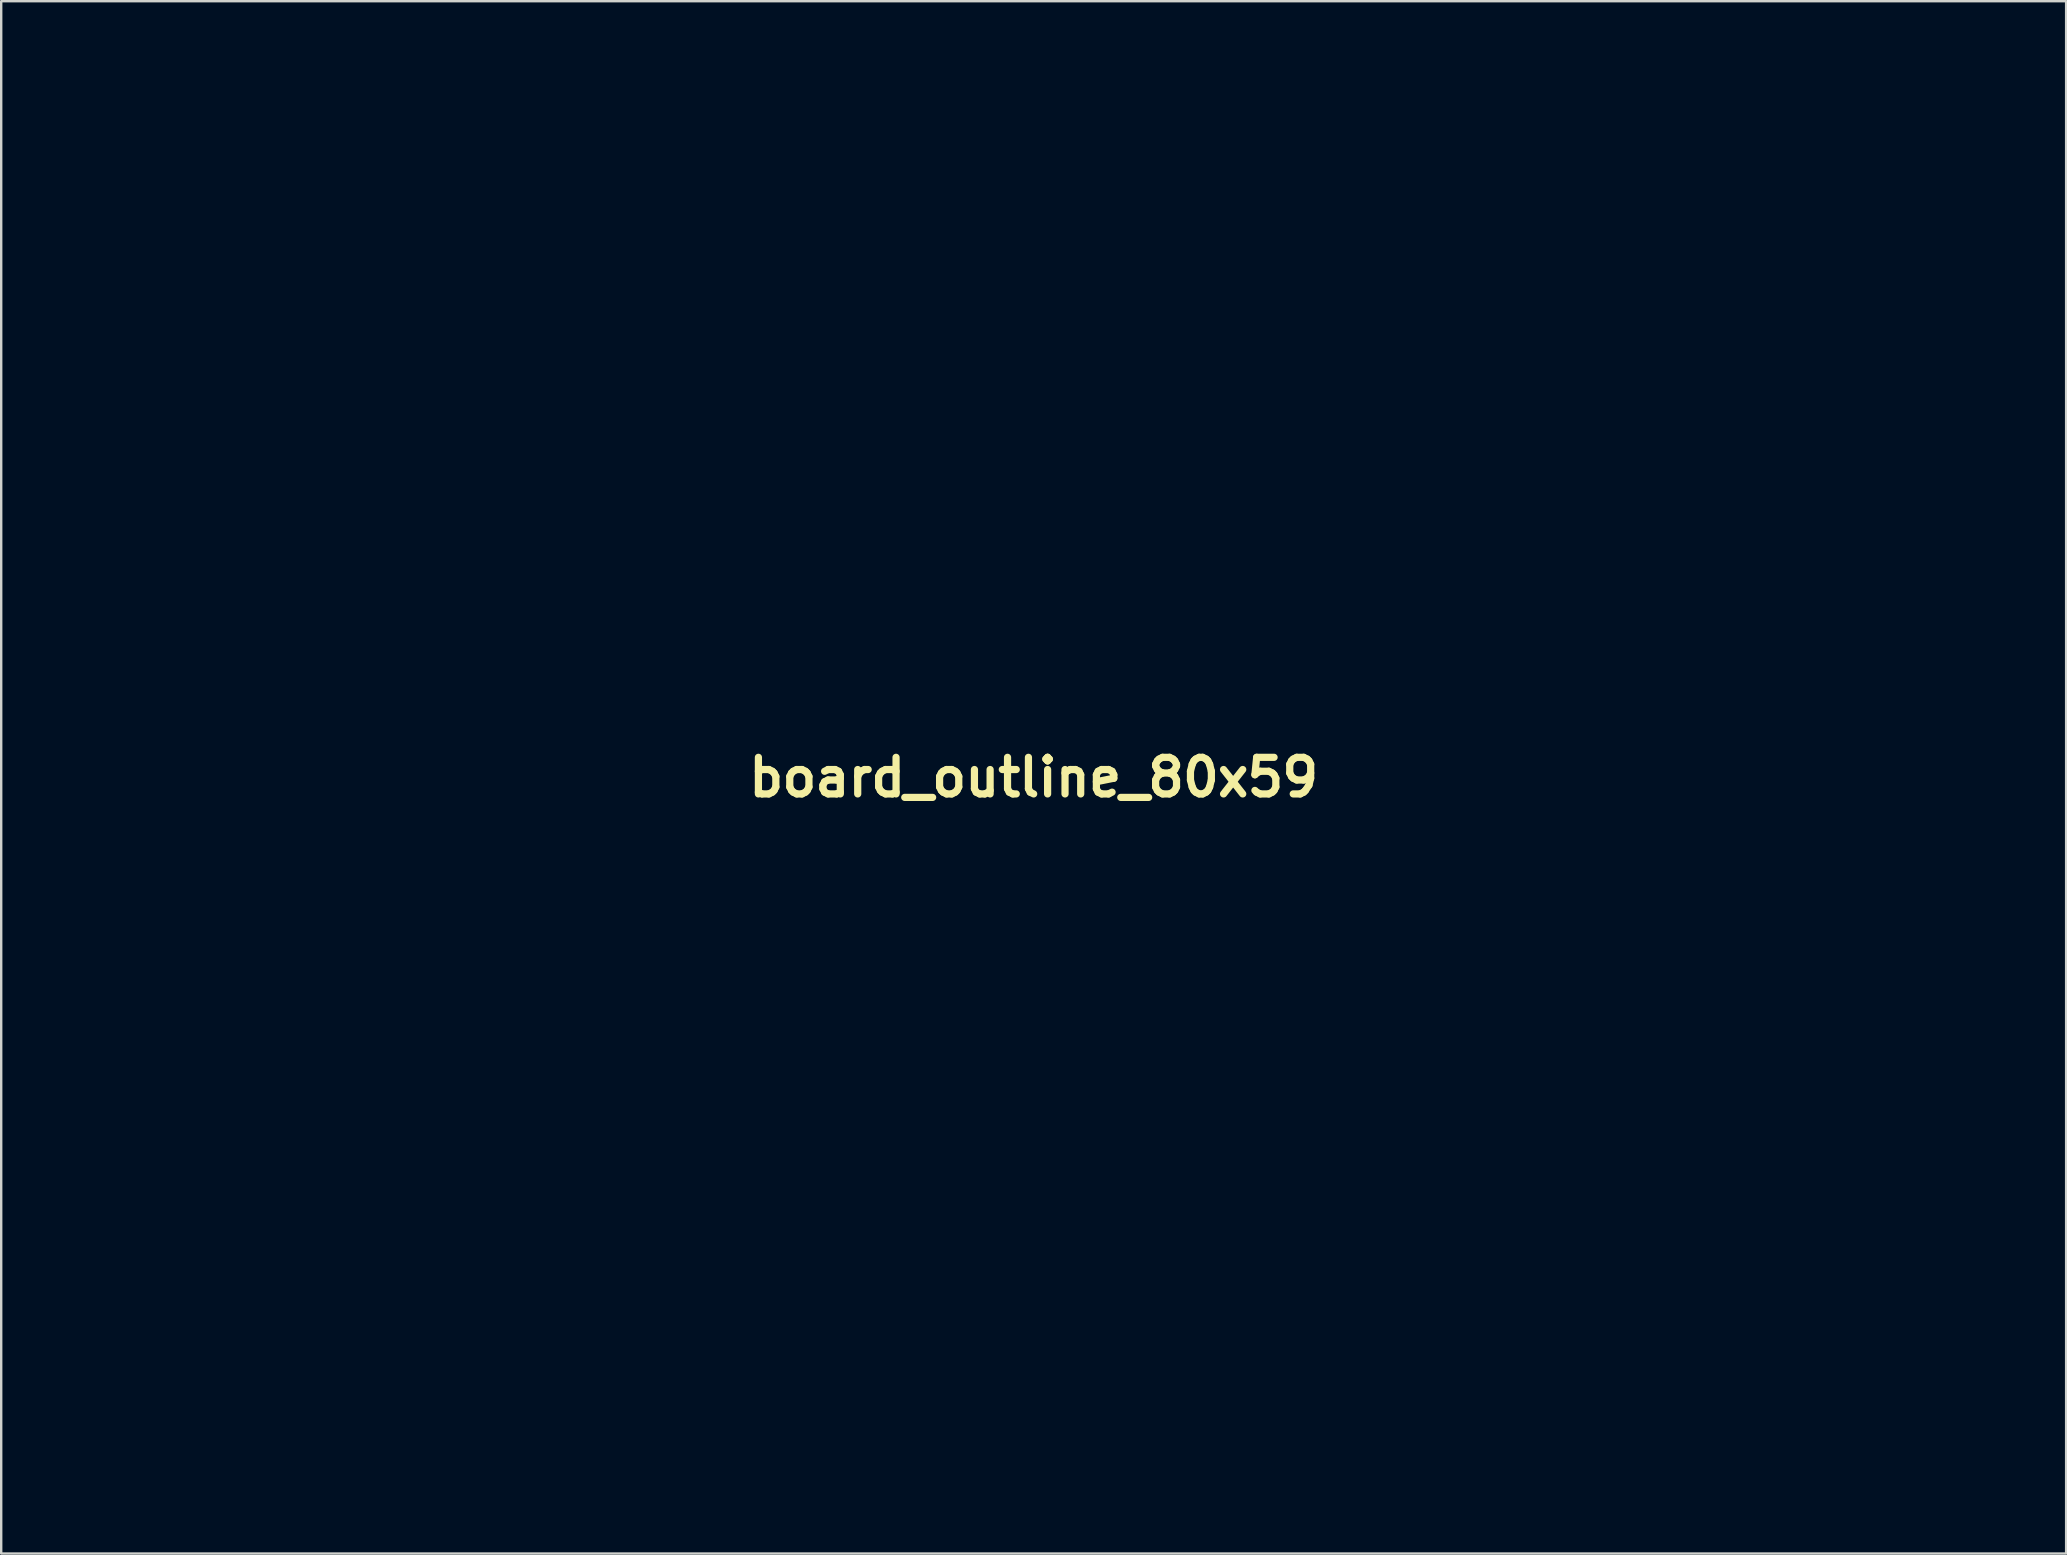
<source format=kicad_pcb>
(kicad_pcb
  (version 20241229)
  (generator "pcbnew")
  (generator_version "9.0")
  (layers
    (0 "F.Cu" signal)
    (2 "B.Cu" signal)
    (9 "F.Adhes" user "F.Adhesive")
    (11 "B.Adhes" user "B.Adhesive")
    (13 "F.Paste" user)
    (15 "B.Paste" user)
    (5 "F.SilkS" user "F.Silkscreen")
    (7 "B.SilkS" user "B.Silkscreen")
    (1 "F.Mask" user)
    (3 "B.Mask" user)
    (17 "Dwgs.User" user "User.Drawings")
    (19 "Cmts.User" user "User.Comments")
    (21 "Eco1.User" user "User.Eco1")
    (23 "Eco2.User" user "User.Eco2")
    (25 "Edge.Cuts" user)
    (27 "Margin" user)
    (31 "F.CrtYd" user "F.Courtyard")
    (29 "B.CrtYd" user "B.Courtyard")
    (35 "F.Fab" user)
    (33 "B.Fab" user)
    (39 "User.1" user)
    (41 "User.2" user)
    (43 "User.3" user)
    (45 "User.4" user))
  (footprint "board_outline_80x59"
    (layer "F.Cu")
    (at 40.01 29.333)
    (property "Reference" "board_outline_80x59" (at 0 0 0) (layer "F.SilkS") (effects (font (size 1.524 1.524) (thickness 0.3))))
    (attr through_hole)
    (fp_poly (pts (xy -15.438 -22.557) (xy -15.187 -22.553) (xy -15.076 -22.55) (xy -15.046 -22.547) (xy -15.091 -22.544) (xy -15.207 -22.542) (xy -15.39 -22.541) (xy -15.635 -22.54) (xy -15.79 -22.54) (xy -16.067 -22.54) (xy -16.283 -22.541) (xy -16.436 -22.543) (xy -16.52 -22.546) (xy -16.53 -22.548) (xy -16.463 -22.551) (xy -16.394 -22.553) (xy -16.101 -22.557) (xy -15.768 -22.558) (xy -15.438 -22.557)) (stroke (width 0.01) (type solid)) (fill no) (layer "Eco2.User"))
    (fp_poly (pts (xy 28.897 22.543) (xy 29.152 22.546) (xy 29.355 22.549) (xy 29.499 22.554) (xy 29.576 22.559) (xy 29.58 22.565) (xy 29.549 22.569) (xy 29.345 22.58) (xy 29.08 22.588) (xy 28.777 22.592) (xy 28.459 22.591) (xy 28.15 22.587) (xy 27.872 22.579) (xy 27.649 22.567) (xy 27.644 22.567) (xy 27.605 22.561) (xy 27.643 22.555) (xy 27.752 22.551) (xy 27.924 22.547) (xy 28.152 22.544) (xy 28.429 22.543) (xy 28.596 22.543) (xy 28.897 22.543)) (stroke (width 0.01) (type solid)) (fill no) (layer "Eco2.User"))
    (fp_poly (pts (xy -23.177 12.073) (xy -23.209 12.087) (xy -23.309 12.112) (xy -23.462 12.146) (xy -23.653 12.183) (xy -23.676 12.188) (xy -23.933 12.238) (xy -24.214 12.295) (xy -24.479 12.352) (xy -24.631 12.386) (xy -24.886 12.443) (xy -25.061 12.477) (xy -25.161 12.488) (xy -25.188 12.476) (xy -25.183 12.469) (xy -25.131 12.449) (xy -25.011 12.417) (xy -24.837 12.377) (xy -24.624 12.33) (xy -24.385 12.28) (xy -24.135 12.23) (xy -23.887 12.183) (xy -23.655 12.14) (xy -23.455 12.105) (xy -23.299 12.081) (xy -23.202 12.071) (xy -23.177 12.073)) (stroke (width 0.01) (type solid)) (fill no) (layer "Eco2.User"))
    (fp_poly (pts (xy -19.516 11.605) (xy -19.422 11.609) (xy -19.397 11.615) (xy -19.446 11.624) (xy -19.572 11.637) (xy -19.664 11.646) (xy -20.419 11.722) (xy -21.188 11.812) (xy -21.926 11.91) (xy -22.013 11.923) (xy -22.269 11.959) (xy -22.51 11.993) (xy -22.718 12.02) (xy -22.873 12.039) (xy -22.945 12.046) (xy -23.135 12.062) (xy -22.945 12.022) (xy -22.816 11.998) (xy -22.62 11.965) (xy -22.375 11.927) (xy -22.098 11.886) (xy -21.806 11.844) (xy -21.517 11.805) (xy -21.248 11.769) (xy -21.016 11.74) (xy -20.913 11.728) (xy -20.675 11.702) (xy -20.41 11.673) (xy -20.169 11.646) (xy -20.13 11.642) (xy -19.924 11.623) (xy -19.718 11.61) (xy -19.548 11.605) (xy -19.516 11.605)) (stroke (width 0.01) (type solid)) (fill no) (layer "Eco2.User"))
    (fp_poly (pts (xy -17.425 -22.502) (xy -17.454 -22.498) (xy -17.553 -22.49) (xy -17.726 -22.478) (xy -17.975 -22.463) (xy -18.305 -22.443) (xy -18.436 -22.435) (xy -19.667 -22.346) (xy -20.85 -22.228) (xy -21.406 -22.16) (xy -21.724 -22.12) (xy -21.966 -22.09) (xy -22.141 -22.07) (xy -22.258 -22.06) (xy -22.325 -22.058) (xy -22.351 -22.063) (xy -22.348 -22.073) (xy -22.302 -22.084) (xy -22.186 -22.103) (xy -22.012 -22.128) (xy -21.795 -22.159) (xy -21.548 -22.192) (xy -21.285 -22.226) (xy -21.019 -22.259) (xy -20.763 -22.289) (xy -20.593 -22.308) (xy -20.049 -22.364) (xy -19.494 -22.412) (xy -18.951 -22.451) (xy -18.442 -22.48) (xy -17.991 -22.496) (xy -17.949 -22.497) (xy -17.729 -22.501) (xy -17.566 -22.503) (xy -17.464 -22.504) (xy -17.425 -22.502)) (stroke (width 0.01) (type solid)) (fill no) (layer "Eco2.User"))
    (fp_poly (pts (xy -15.376 11.459) (xy -14.907 11.465) (xy -14.502 11.475) (xy -14.153 11.487) (xy -13.815 11.5) (xy -13.502 11.514) (xy -13.227 11.528) (xy -13.004 11.541) (xy -12.847 11.552) (xy -12.806 11.556) (xy -12.669 11.572) (xy -12.599 11.581) (xy -12.6 11.585) (xy -12.674 11.584) (xy -12.828 11.579) (xy -12.954 11.574) (xy -13.668 11.546) (xy -14.32 11.524) (xy -14.929 11.51) (xy -15.512 11.503) (xy -16.087 11.503) (xy -16.673 11.509) (xy -17.287 11.523) (xy -17.948 11.543) (xy -18.673 11.57) (xy -18.754 11.574) (xy -18.957 11.582) (xy -19.079 11.586) (xy -19.123 11.585) (xy -19.094 11.58) (xy -18.994 11.568) (xy -18.881 11.557) (xy -18.595 11.533) (xy -18.238 11.512) (xy -17.824 11.494) (xy -17.367 11.479) (xy -16.879 11.468) (xy -16.376 11.461) (xy -15.871 11.458) (xy -15.376 11.459)) (stroke (width 0.01) (type solid)) (fill no) (layer "Eco2.User"))
    (fp_poly (pts (xy 37.861 -11.887) (xy 38.102 -11.774) (xy 38.31 -11.606) (xy 38.471 -11.392) (xy 38.574 -11.138) (xy 38.608 -10.87) (xy 38.57 -10.578) (xy 38.465 -10.321) (xy 38.303 -10.104) (xy 38.095 -9.937) (xy 37.854 -9.825) (xy 37.59 -9.775) (xy 37.315 -9.796) (xy 37.051 -9.888) (xy 36.797 -10.058) (xy 36.61 -10.278) (xy 36.493 -10.543) (xy 36.451 -10.845) (xy 36.451 -10.858) (xy 36.493 -10.858) (xy 36.531 -10.571) (xy 36.639 -10.32) (xy 36.805 -10.112) (xy 37.018 -9.954) (xy 37.269 -9.856) (xy 37.547 -9.824) (xy 37.84 -9.866) (xy 37.862 -9.873) (xy 38.025 -9.952) (xy 38.196 -10.086) (xy 38.352 -10.25) (xy 38.47 -10.421) (xy 38.514 -10.525) (xy 38.562 -10.823) (xy 38.532 -11.107) (xy 38.429 -11.366) (xy 38.257 -11.587) (xy 38.022 -11.761) (xy 37.954 -11.795) (xy 37.674 -11.883) (xy 37.395 -11.887) (xy 37.125 -11.81) (xy 36.874 -11.652) (xy 36.843 -11.625) (xy 36.653 -11.419) (xy 36.54 -11.192) (xy 36.495 -10.928) (xy 36.493 -10.858) (xy 36.451 -10.858) (xy 36.49 -11.162) (xy 36.603 -11.428) (xy 36.788 -11.65) (xy 37.039 -11.823) (xy 37.051 -11.829) (xy 37.324 -11.922) (xy 37.598 -11.939) (xy 37.861 -11.887)) (stroke (width 0.01) (type solid)) (fill no) (layer "Eco2.User"))
    (fp_poly (pts (xy -15.447 4.542) (xy -14.876 4.553) (xy -14.483 4.566) (xy -14.112 4.58) (xy -13.728 4.598) (xy -13.344 4.618) (xy -12.97 4.639) (xy -12.616 4.661) (xy -12.293 4.684) (xy -12.011 4.705) (xy -11.781 4.726) (xy -11.613 4.745) (xy -11.519 4.761) (xy -11.515 4.762) (xy -11.522 4.769) (xy -11.601 4.769) (xy -11.74 4.765) (xy -11.928 4.756) (xy -12.151 4.743) (xy -12.397 4.726) (xy -12.655 4.707) (xy -12.742 4.7) (xy -12.912 4.687) (xy -13.151 4.673) (xy -13.442 4.658) (xy -13.77 4.642) (xy -14.118 4.627) (xy -14.471 4.613) (xy -14.525 4.611) (xy -15.205 4.594) (xy -15.94 4.59) (xy -16.701 4.599) (xy -17.462 4.62) (xy -18.195 4.653) (xy -18.873 4.698) (xy -18.902 4.7) (xy -19.166 4.72) (xy -19.424 4.737) (xy -19.664 4.751) (xy -19.873 4.762) (xy -20.04 4.768) (xy -20.153 4.77) (xy -20.199 4.766) (xy -20.193 4.762) (xy -20.109 4.748) (xy -19.95 4.73) (xy -19.728 4.711) (xy -19.454 4.69) (xy -19.136 4.668) (xy -18.787 4.646) (xy -18.417 4.625) (xy -18.036 4.605) (xy -17.655 4.586) (xy -17.284 4.571) (xy -17.15 4.566) (xy -16.548 4.548) (xy -15.992 4.54) (xy -15.447 4.542)) (stroke (width 0.01) (type solid)) (fill no) (layer "Eco2.User"))
    (fp_poly (pts (xy -1.15 -23.342) (xy -0.896 -23.26) (xy -0.662 -23.114) (xy -0.462 -22.903) (xy -0.356 -22.733) (xy -0.293 -22.541) (xy -0.272 -22.307) (xy -0.293 -22.064) (xy -0.354 -21.843) (xy -0.38 -21.787) (xy -0.545 -21.548) (xy -0.761 -21.365) (xy -1.013 -21.244) (xy -1.286 -21.19) (xy -1.564 -21.21) (xy -1.686 -21.245) (xy -1.949 -21.379) (xy -2.16 -21.567) (xy -2.314 -21.797) (xy -2.405 -22.055) (xy -2.429 -22.328) (xy -2.426 -22.344) (xy -2.381 -22.344) (xy -2.368 -22.088) (xy -2.291 -21.841) (xy -2.151 -21.618) (xy -1.948 -21.431) (xy -1.826 -21.357) (xy -1.61 -21.282) (xy -1.36 -21.252) (xy -1.112 -21.269) (xy -0.941 -21.317) (xy -0.739 -21.438) (xy -0.554 -21.615) (xy -0.417 -21.815) (xy -0.323 -22.078) (xy -0.305 -22.337) (xy -0.353 -22.583) (xy -0.459 -22.809) (xy -0.613 -23.004) (xy -0.807 -23.159) (xy -1.032 -23.267) (xy -1.278 -23.316) (xy -1.537 -23.3) (xy -1.799 -23.209) (xy -1.807 -23.205) (xy -2.045 -23.04) (xy -2.22 -22.833) (xy -2.332 -22.597) (xy -2.381 -22.344) (xy -2.426 -22.344) (xy -2.378 -22.603) (xy -2.305 -22.775) (xy -2.13 -23.019) (xy -1.915 -23.198) (xy -1.672 -23.312) (xy -1.413 -23.36) (xy -1.15 -23.342)) (stroke (width 0.01) (type solid)) (fill no) (layer "Eco2.User"))
    (fp_poly (pts (xy -1.114 10.069) (xy -1.016 10.097) (xy -0.751 10.225) (xy -0.539 10.408) (xy -0.383 10.632) (xy -0.289 10.886) (xy -0.261 11.155) (xy -0.301 11.426) (xy -0.416 11.686) (xy -0.479 11.777) (xy -0.682 11.978) (xy -0.932 12.121) (xy -1.21 12.197) (xy -1.495 12.199) (xy -1.553 12.189) (xy -1.839 12.094) (xy -2.078 11.933) (xy -2.26 11.718) (xy -2.38 11.456) (xy -2.427 11.159) (xy -2.427 11.134) (xy -2.421 11.088) (xy -2.384 11.088) (xy -2.365 11.332) (xy -2.29 11.566) (xy -2.158 11.777) (xy -1.97 11.954) (xy -1.726 12.085) (xy -1.606 12.123) (xy -1.415 12.16) (xy -1.24 12.158) (xy -1.041 12.117) (xy -0.979 12.098) (xy -0.807 12.012) (xy -0.634 11.867) (xy -0.483 11.686) (xy -0.396 11.536) (xy -0.314 11.272) (xy -0.308 11.012) (xy -0.369 10.767) (xy -0.488 10.545) (xy -0.656 10.356) (xy -0.865 10.212) (xy -1.106 10.122) (xy -1.369 10.095) (xy -1.628 10.137) (xy -1.893 10.251) (xy -2.101 10.415) (xy -2.252 10.618) (xy -2.347 10.846) (xy -2.384 11.088) (xy -2.421 11.088) (xy -2.39 10.845) (xy -2.284 10.589) (xy -2.12 10.372) (xy -1.91 10.203) (xy -1.664 10.09) (xy -1.395 10.043) (xy -1.114 10.069)) (stroke (width 0.01) (type solid)) (fill no) (layer "Eco2.User"))
    (fp_poly (pts (xy 37.607 22.135) (xy 37.855 22.234) (xy 38.059 22.386) (xy 38.217 22.578) (xy 38.325 22.801) (xy 38.383 23.042) (xy 38.386 23.291) (xy 38.335 23.536) (xy 38.225 23.766) (xy 38.055 23.97) (xy 37.822 24.137) (xy 37.74 24.178) (xy 37.533 24.237) (xy 37.29 24.254) (xy 37.051 24.228) (xy 36.891 24.177) (xy 36.625 24.015) (xy 36.426 23.805) (xy 36.298 23.552) (xy 36.245 23.263) (xy 36.247 23.156) (xy 36.28 23.156) (xy 36.31 23.425) (xy 36.413 23.682) (xy 36.589 23.911) (xy 36.593 23.914) (xy 36.831 24.092) (xy 37.099 24.192) (xy 37.391 24.213) (xy 37.651 24.168) (xy 37.816 24.09) (xy 37.987 23.954) (xy 38.142 23.784) (xy 38.261 23.603) (xy 38.309 23.483) (xy 38.35 23.196) (xy 38.316 22.925) (xy 38.217 22.68) (xy 38.062 22.47) (xy 37.861 22.305) (xy 37.623 22.193) (xy 37.357 22.145) (xy 37.073 22.169) (xy 36.989 22.191) (xy 36.864 22.248) (xy 36.719 22.342) (xy 36.624 22.418) (xy 36.438 22.638) (xy 36.323 22.889) (xy 36.28 23.156) (xy 36.247 23.156) (xy 36.247 23.116) (xy 36.306 22.809) (xy 36.432 22.548) (xy 36.616 22.341) (xy 36.853 22.193) (xy 37.134 22.113) (xy 37.317 22.1) (xy 37.607 22.135)) (stroke (width 0.01) (type solid)) (fill no) (layer "Eco2.User"))
    (fp_poly (pts (xy -37.135 14.582) (xy -36.879 14.703) (xy -36.656 14.895) (xy -36.502 15.105) (xy -36.439 15.227) (xy -36.404 15.343) (xy -36.389 15.486) (xy -36.387 15.621) (xy -36.392 15.804) (xy -36.412 15.935) (xy -36.455 16.049) (xy -36.502 16.135) (xy -36.69 16.385) (xy -36.922 16.562) (xy -37.199 16.669) (xy -37.372 16.697) (xy -37.526 16.702) (xy -37.669 16.69) (xy -37.705 16.683) (xy -37.972 16.574) (xy -38.203 16.396) (xy -38.385 16.164) (xy -38.506 15.891) (xy -38.526 15.815) (xy -38.54 15.613) (xy -38.489 15.613) (xy -38.451 15.91) (xy -38.34 16.171) (xy -38.164 16.386) (xy -37.93 16.546) (xy -37.689 16.633) (xy -37.545 16.663) (xy -37.437 16.671) (xy -37.325 16.655) (xy -37.171 16.613) (xy -37.166 16.612) (xy -36.937 16.507) (xy -36.73 16.342) (xy -36.564 16.138) (xy -36.46 15.915) (xy -36.45 15.879) (xy -36.42 15.59) (xy -36.466 15.318) (xy -36.579 15.074) (xy -36.75 14.868) (xy -36.97 14.712) (xy -37.23 14.617) (xy -37.465 14.592) (xy -37.752 14.632) (xy -38.007 14.742) (xy -38.217 14.914) (xy -38.374 15.135) (xy -38.468 15.398) (xy -38.489 15.613) (xy -38.54 15.613) (xy -38.545 15.548) (xy -38.488 15.282) (xy -38.366 15.034) (xy -38.185 14.822) (xy -37.985 14.679) (xy -37.699 14.567) (xy -37.412 14.536) (xy -37.135 14.582)) (stroke (width 0.01) (type solid)) (fill no) (layer "Eco2.User"))
    (fp_poly (pts (xy -37.438 -19.292) (xy -37.303 -19.262) (xy -37.208 -19.237) (xy -37.007 -19.144) (xy -36.811 -18.997) (xy -36.643 -18.818) (xy -36.527 -18.627) (xy -36.501 -18.558) (xy -36.46 -18.346) (xy -36.452 -18.117) (xy -36.477 -17.908) (xy -36.508 -17.804) (xy -36.609 -17.633) (xy -36.758 -17.456) (xy -36.93 -17.304) (xy -37.057 -17.222) (xy -37.219 -17.164) (xy -37.418 -17.127) (xy -37.618 -17.115) (xy -37.781 -17.133) (xy -37.804 -17.14) (xy -38.078 -17.268) (xy -38.298 -17.448) (xy -38.461 -17.667) (xy -38.564 -17.914) (xy -38.605 -18.175) (xy -38.596 -18.262) (xy -38.564 -18.262) (xy -38.545 -18.001) (xy -38.456 -17.746) (xy -38.291 -17.501) (xy -38.075 -17.317) (xy -37.846 -17.21) (xy -37.65 -17.161) (xy -37.483 -17.153) (xy -37.301 -17.187) (xy -37.229 -17.207) (xy -36.971 -17.323) (xy -36.767 -17.492) (xy -36.619 -17.7) (xy -36.528 -17.936) (xy -36.494 -18.186) (xy -36.519 -18.437) (xy -36.605 -18.676) (xy -36.752 -18.891) (xy -36.962 -19.068) (xy -37.055 -19.121) (xy -37.321 -19.215) (xy -37.583 -19.234) (xy -37.832 -19.187) (xy -38.058 -19.082) (xy -38.254 -18.928) (xy -38.409 -18.734) (xy -38.516 -18.51) (xy -38.564 -18.262) (xy -38.596 -18.262) (xy -38.58 -18.439) (xy -38.487 -18.693) (xy -38.324 -18.925) (xy -38.224 -19.022) (xy -38.051 -19.139) (xy -37.845 -19.234) (xy -37.641 -19.292) (xy -37.529 -19.304) (xy -37.438 -19.292)) (stroke (width 0.01) (type solid)) (fill no) (layer "Eco2.User"))
    (fp_poly (pts (xy -14.315 -15.754) (xy -13.029 -15.695) (xy -11.789 -15.6) (xy -11.176 -15.538) (xy -10.876 -15.501) (xy -10.517 -15.453) (xy -10.122 -15.397) (xy -9.716 -15.336) (xy -9.322 -15.274) (xy -8.964 -15.214) (xy -8.742 -15.175) (xy -8.51 -15.131) (xy -8.257 -15.08) (xy -7.996 -15.025) (xy -7.741 -14.97) (xy -7.506 -14.917) (xy -7.304 -14.87) (xy -7.149 -14.831) (xy -7.055 -14.804) (xy -7.034 -14.795) (xy -7.045 -14.779) (xy -7.114 -14.781) (xy -7.217 -14.798) (xy -7.303 -14.82) (xy -7.439 -14.856) (xy -7.643 -14.903) (xy -7.901 -14.957) (xy -8.197 -15.017) (xy -8.515 -15.079) (xy -8.842 -15.14) (xy -9.161 -15.197) (xy -9.458 -15.248) (xy -9.718 -15.29) (xy -9.779 -15.299) (xy -10.521 -15.402) (xy -11.207 -15.489) (xy -11.856 -15.559) (xy -12.484 -15.616) (xy -13.111 -15.658) (xy -13.754 -15.689) (xy -14.432 -15.709) (xy -15.161 -15.72) (xy -15.79 -15.722) (xy -16.693 -15.717) (xy -17.53 -15.699) (xy -18.32 -15.668) (xy -19.082 -15.622) (xy -19.834 -15.56) (xy -20.595 -15.482) (xy -21.383 -15.386) (xy -21.399 -15.384) (xy -21.792 -15.334) (xy -22.112 -15.295) (xy -22.358 -15.268) (xy -22.528 -15.253) (xy -22.619 -15.249) (xy -22.628 -15.258) (xy -22.627 -15.259) (xy -22.569 -15.272) (xy -22.44 -15.294) (xy -22.252 -15.322) (xy -22.021 -15.355) (xy -21.757 -15.391) (xy -21.475 -15.428) (xy -21.188 -15.464) (xy -20.908 -15.498) (xy -20.765 -15.515) (xy -19.538 -15.634) (xy -18.259 -15.717) (xy -16.95 -15.765) (xy -15.629 -15.778) (xy -14.315 -15.754)) (stroke (width 0.01) (type solid)) (fill no) (layer "Eco2.User"))
    (fp_poly (pts (xy 37.795 -12.628) (xy 38.152 -12.534) (xy 38.473 -12.372) (xy 38.753 -12.153) (xy 38.985 -11.888) (xy 39.163 -11.585) (xy 39.278 -11.256) (xy 39.325 -10.909) (xy 39.297 -10.557) (xy 39.268 -10.435) (xy 39.186 -10.18) (xy 39.09 -9.976) (xy 38.96 -9.791) (xy 38.815 -9.629) (xy 38.53 -9.379) (xy 38.226 -9.207) (xy 37.89 -9.107) (xy 37.598 -9.075) (xy 37.343 -9.075) (xy 37.141 -9.096) (xy 37.063 -9.116) (xy 36.683 -9.282) (xy 36.358 -9.505) (xy 36.095 -9.78) (xy 35.899 -10.101) (xy 35.774 -10.461) (xy 35.729 -10.832) (xy 35.742 -10.985) (xy 35.783 -10.985) (xy 35.792 -10.631) (xy 35.874 -10.291) (xy 36.021 -9.974) (xy 36.228 -9.691) (xy 36.49 -9.452) (xy 36.799 -9.269) (xy 37.105 -9.161) (xy 37.458 -9.109) (xy 37.805 -9.134) (xy 37.95 -9.167) (xy 38.318 -9.303) (xy 38.634 -9.504) (xy 38.893 -9.765) (xy 39.089 -10.08) (xy 39.22 -10.444) (xy 39.251 -10.599) (xy 39.271 -10.957) (xy 39.215 -11.301) (xy 39.093 -11.622) (xy 38.912 -11.911) (xy 38.68 -12.162) (xy 38.407 -12.365) (xy 38.1 -12.512) (xy 37.768 -12.595) (xy 37.419 -12.605) (xy 37.255 -12.583) (xy 36.867 -12.473) (xy 36.533 -12.297) (xy 36.253 -12.056) (xy 36.031 -11.754) (xy 35.868 -11.392) (xy 35.851 -11.34) (xy 35.783 -10.985) (xy 35.742 -10.985) (xy 35.76 -11.19) (xy 35.861 -11.527) (xy 36.025 -11.834) (xy 36.242 -12.104) (xy 36.507 -12.328) (xy 36.811 -12.499) (xy 37.147 -12.609) (xy 37.507 -12.649) (xy 37.795 -12.628)) (stroke (width 0.01) (type solid)) (fill no) (layer "Eco2.User"))
    (fp_poly (pts (xy -1.074 9.35) (xy -0.708 9.457) (xy -0.379 9.628) (xy -0.096 9.854) (xy 0.136 10.127) (xy 0.31 10.436) (xy 0.418 10.772) (xy 0.454 11.126) (xy 0.427 11.41) (xy 0.316 11.789) (xy 0.133 12.131) (xy -0.115 12.424) (xy -0.42 12.661) (xy -0.578 12.749) (xy -0.721 12.815) (xy -0.843 12.858) (xy -0.971 12.882) (xy -1.136 12.896) (xy -1.289 12.901) (xy -1.517 12.903) (xy -1.687 12.893) (xy -1.826 12.867) (xy -1.933 12.832) (xy -2.237 12.683) (xy -2.519 12.476) (xy -2.762 12.227) (xy -2.948 11.953) (xy -3.014 11.811) (xy -3.095 11.517) (xy -3.128 11.188) (xy -3.123 11.083) (xy -3.088 11.083) (xy -3.062 11.433) (xy -2.967 11.774) (xy -2.805 12.091) (xy -2.584 12.363) (xy -2.311 12.593) (xy -2.019 12.749) (xy -1.695 12.835) (xy -1.325 12.858) (xy -1.291 12.857) (xy -1.084 12.846) (xy -0.927 12.823) (xy -0.786 12.781) (xy -0.626 12.712) (xy -0.288 12.51) (xy -0.012 12.252) (xy 0.197 11.942) (xy 0.338 11.583) (xy 0.384 11.377) (xy 0.402 11.023) (xy 0.34 10.67) (xy 0.204 10.333) (xy -0.002 10.024) (xy -0.166 9.85) (xy -0.468 9.622) (xy -0.799 9.468) (xy -1.149 9.39) (xy -1.506 9.385) (xy -1.86 9.456) (xy -2.2 9.602) (xy -2.514 9.823) (xy -2.523 9.831) (xy -2.764 10.096) (xy -2.939 10.401) (xy -3.047 10.735) (xy -3.088 11.083) (xy -3.123 11.083) (xy -3.113 10.858) (xy -3.048 10.564) (xy -2.895 10.226) (xy -2.68 9.932) (xy -2.414 9.688) (xy -2.109 9.501) (xy -1.776 9.378) (xy -1.425 9.326) (xy -1.074 9.35)) (stroke (width 0.01) (type solid)) (fill no) (layer "Eco2.User"))
    (fp_poly (pts (xy -37.38 13.861) (xy -37.171 13.868) (xy -37.02 13.882) (xy -36.902 13.907) (xy -36.79 13.949) (xy -36.676 14.004) (xy -36.351 14.213) (xy -36.084 14.475) (xy -35.88 14.778) (xy -35.743 15.113) (xy -35.675 15.468) (xy -35.681 15.834) (xy -35.765 16.199) (xy -35.833 16.368) (xy -35.997 16.663) (xy -36.201 16.901) (xy -36.45 17.097) (xy -36.791 17.282) (xy -37.141 17.387) (xy -37.514 17.414) (xy -37.73 17.398) (xy -38.059 17.316) (xy -38.377 17.157) (xy -38.673 16.926) (xy -38.769 16.83) (xy -38.957 16.608) (xy -39.087 16.397) (xy -39.169 16.172) (xy -39.21 15.911) (xy -39.221 15.621) (xy -39.208 15.306) (xy -39.163 15.048) (xy -39.077 14.825) (xy -38.942 14.614) (xy -38.77 14.413) (xy -38.6 14.253) (xy -38.411 14.109) (xy -38.221 13.993) (xy -38.049 13.915) (xy -37.915 13.888) (xy -37.913 13.888) (xy -37.878 13.899) (xy -37.922 13.926) (xy -37.975 13.947) (xy -38.346 14.117) (xy -38.646 14.332) (xy -38.881 14.596) (xy -39.057 14.914) (xy -39.113 15.062) (xy -39.194 15.427) (xy -39.196 15.788) (xy -39.124 16.137) (xy -38.985 16.462) (xy -38.783 16.753) (xy -38.523 17) (xy -38.212 17.193) (xy -37.935 17.3) (xy -37.715 17.342) (xy -37.448 17.352) (xy -37.342 17.349) (xy -36.97 17.294) (xy -36.64 17.167) (xy -36.343 16.964) (xy -36.194 16.822) (xy -35.963 16.521) (xy -35.807 16.19) (xy -35.725 15.84) (xy -35.717 15.484) (xy -35.783 15.131) (xy -35.923 14.794) (xy -36.137 14.483) (xy -36.2 14.413) (xy -36.445 14.193) (xy -36.711 14.037) (xy -37.014 13.936) (xy -37.374 13.883) (xy -37.401 13.881) (xy -37.825 13.85) (xy -37.38 13.861)) (stroke (width 0.01) (type solid)) (fill no) (layer "Eco2.User"))
    (fp_poly (pts (xy -1.072 -24.05) (xy -0.693 -23.944) (xy -0.364 -23.772) (xy -0.084 -23.54) (xy 0.162 -23.236) (xy 0.334 -22.904) (xy 0.43 -22.554) (xy 0.45 -22.198) (xy 0.396 -21.845) (xy 0.266 -21.504) (xy 0.062 -21.187) (xy -0.124 -20.985) (xy -0.369 -20.78) (xy -0.611 -20.64) (xy -0.875 -20.553) (xy -1.185 -20.509) (xy -1.291 -20.503) (xy -1.52 -20.5) (xy -1.694 -20.514) (xy -1.843 -20.549) (xy -1.884 -20.563) (xy -2.254 -20.734) (xy -2.562 -20.962) (xy -2.811 -21.251) (xy -2.978 -21.54) (xy -3.037 -21.672) (xy -3.076 -21.782) (xy -3.098 -21.896) (xy -3.109 -22.038) (xy -3.109 -22.097) (xy -3.084 -22.097) (xy -3.01 -21.743) (xy -2.865 -21.412) (xy -2.654 -21.116) (xy -2.38 -20.869) (xy -2.349 -20.847) (xy -2.053 -20.679) (xy -1.746 -20.579) (xy -1.405 -20.543) (xy -1.263 -20.544) (xy -1.065 -20.556) (xy -0.915 -20.579) (xy -0.775 -20.624) (xy -0.608 -20.7) (xy -0.579 -20.715) (xy -0.25 -20.92) (xy 0.014 -21.181) (xy 0.214 -21.496) (xy 0.348 -21.865) (xy 0.385 -22.039) (xy 0.403 -22.38) (xy 0.343 -22.724) (xy 0.212 -23.057) (xy 0.013 -23.362) (xy -0.134 -23.525) (xy -0.428 -23.757) (xy -0.748 -23.916) (xy -1.083 -24.004) (xy -1.424 -24.022) (xy -1.76 -23.974) (xy -2.08 -23.862) (xy -2.375 -23.689) (xy -2.634 -23.457) (xy -2.847 -23.169) (xy -3.003 -22.827) (xy -3.003 -22.826) (xy -3.083 -22.462) (xy -3.084 -22.097) (xy -3.109 -22.097) (xy -3.111 -22.234) (xy -3.111 -22.288) (xy -3.11 -22.499) (xy -3.102 -22.65) (xy -3.083 -22.765) (xy -3.049 -22.871) (xy -2.995 -22.991) (xy -2.975 -23.032) (xy -2.777 -23.35) (xy -2.524 -23.619) (xy -2.228 -23.831) (xy -1.901 -23.981) (xy -1.554 -24.062) (xy -1.202 -24.068) (xy -1.072 -24.05)) (stroke (width 0.01) (type solid)) (fill no) (layer "Eco2.User"))
    (fp_poly (pts (xy 37.605 21.407) (xy 37.948 21.505) (xy 38.268 21.672) (xy 38.555 21.902) (xy 38.798 22.189) (xy 38.959 22.468) (xy 39.023 22.609) (xy 39.063 22.726) (xy 39.084 22.848) (xy 39.093 23.001) (xy 39.095 23.177) (xy 39.091 23.394) (xy 39.077 23.553) (xy 39.049 23.682) (xy 39.003 23.809) (xy 38.992 23.834) (xy 38.799 24.18) (xy 38.553 24.47) (xy 38.263 24.699) (xy 37.939 24.862) (xy 37.59 24.955) (xy 37.225 24.974) (xy 36.854 24.914) (xy 36.744 24.88) (xy 36.388 24.717) (xy 36.085 24.491) (xy 35.842 24.21) (xy 35.665 23.882) (xy 35.558 23.514) (xy 35.53 23.283) (xy 35.526 23.175) (xy 35.566 23.175) (xy 35.603 23.527) (xy 35.713 23.87) (xy 35.894 24.192) (xy 36.052 24.385) (xy 36.209 24.524) (xy 36.411 24.662) (xy 36.629 24.783) (xy 36.836 24.871) (xy 36.957 24.904) (xy 37.238 24.928) (xy 37.537 24.909) (xy 37.798 24.855) (xy 38.164 24.703) (xy 38.469 24.493) (xy 38.719 24.221) (xy 38.918 23.884) (xy 38.98 23.744) (xy 39.019 23.628) (xy 39.04 23.507) (xy 39.048 23.353) (xy 39.049 23.177) (xy 39.046 22.972) (xy 39.034 22.823) (xy 39.009 22.701) (xy 38.964 22.577) (xy 38.915 22.468) (xy 38.721 22.142) (xy 38.475 21.875) (xy 38.188 21.669) (xy 37.87 21.527) (xy 37.533 21.45) (xy 37.185 21.441) (xy 36.839 21.502) (xy 36.505 21.635) (xy 36.194 21.842) (xy 36.13 21.897) (xy 35.883 22.174) (xy 35.706 22.487) (xy 35.601 22.824) (xy 35.566 23.175) (xy 35.526 23.175) (xy 35.523 23.075) (xy 35.533 22.914) (xy 35.566 22.763) (xy 35.599 22.656) (xy 35.766 22.282) (xy 35.99 21.97) (xy 36.273 21.72) (xy 36.612 21.533) (xy 36.894 21.436) (xy 37.25 21.382) (xy 37.605 21.407)) (stroke (width 0.01) (type solid)) (fill no) (layer "Eco2.User"))
    (fp_poly (pts (xy -37.317 -19.958) (xy -37.165 -19.95) (xy -37.047 -19.931) (xy -36.939 -19.897) (xy -36.813 -19.842) (xy -36.778 -19.825) (xy -36.44 -19.623) (xy -36.165 -19.365) (xy -35.947 -19.046) (xy -35.907 -18.968) (xy -35.836 -18.819) (xy -35.791 -18.702) (xy -35.765 -18.59) (xy -35.754 -18.455) (xy -35.751 -18.271) (xy -35.751 -18.203) (xy -35.752 -17.996) (xy -35.762 -17.847) (xy -35.783 -17.729) (xy -35.822 -17.616) (xy -35.883 -17.48) (xy -35.886 -17.473) (xy -36.092 -17.132) (xy -36.355 -16.848) (xy -36.669 -16.628) (xy -37.024 -16.478) (xy -37.229 -16.429) (xy -37.409 -16.399) (xy -37.545 -16.39) (xy -37.676 -16.4) (xy -37.842 -16.432) (xy -37.888 -16.442) (xy -38.254 -16.564) (xy -38.576 -16.75) (xy -38.848 -16.99) (xy -39.063 -17.275) (xy -39.218 -17.596) (xy -39.305 -17.943) (xy -39.319 -18.266) (xy -39.271 -18.266) (xy -39.247 -17.9) (xy -39.147 -17.549) (xy -38.974 -17.224) (xy -38.774 -16.98) (xy -38.512 -16.753) (xy -38.236 -16.597) (xy -37.93 -16.506) (xy -37.575 -16.472) (xy -37.529 -16.472) (xy -37.313 -16.476) (xy -37.149 -16.494) (xy -37.003 -16.532) (xy -36.9 -16.571) (xy -36.605 -16.715) (xy -36.369 -16.887) (xy -36.166 -17.105) (xy -36.124 -17.161) (xy -35.931 -17.491) (xy -35.816 -17.847) (xy -35.78 -18.219) (xy -35.825 -18.596) (xy -35.904 -18.857) (xy -36.04 -19.114) (xy -36.239 -19.364) (xy -36.479 -19.587) (xy -36.742 -19.76) (xy -36.782 -19.78) (xy -36.912 -19.841) (xy -37.019 -19.881) (xy -37.128 -19.903) (xy -37.264 -19.914) (xy -37.452 -19.916) (xy -37.529 -19.916) (xy -37.745 -19.913) (xy -37.902 -19.903) (xy -38.023 -19.883) (xy -38.133 -19.847) (xy -38.239 -19.802) (xy -38.465 -19.668) (xy -38.691 -19.485) (xy -38.894 -19.275) (xy -39.049 -19.061) (xy -39.085 -18.994) (xy -39.218 -18.634) (xy -39.271 -18.266) (xy -39.319 -18.266) (xy -39.32 -18.306) (xy -39.257 -18.676) (xy -39.244 -18.719) (xy -39.092 -19.081) (xy -38.875 -19.388) (xy -38.592 -19.641) (xy -38.275 -19.827) (xy -38.143 -19.887) (xy -38.033 -19.925) (xy -37.92 -19.947) (xy -37.777 -19.957) (xy -37.58 -19.96) (xy -37.529 -19.96) (xy -37.317 -19.958)) (stroke (width 0.01) (type solid)) (fill no) (layer "Eco2.User"))
    (fp_poly (pts (xy -12.092 11.608) (xy -11.891 11.623) (xy -11.633 11.646) (xy -11.332 11.678) (xy -11.002 11.715) (xy -10.656 11.758) (xy -10.307 11.803) (xy -9.97 11.851) (xy -9.779 11.879) (xy -8.49 12.102) (xy -7.265 12.365) (xy -6.091 12.673) (xy -4.956 13.03) (xy -3.847 13.44) (xy -2.751 13.907) (xy -1.656 14.436) (xy -0.953 14.807) (xy -0.558 15.025) (xy -0.162 15.25) (xy 0.241 15.485) (xy 0.656 15.734) (xy 1.087 16) (xy 1.539 16.285) (xy 2.017 16.593) (xy 2.525 16.926) (xy 3.067 17.289) (xy 3.649 17.683) (xy 4.276 18.112) (xy 4.951 18.579) (xy 5.679 19.088) (xy 6.466 19.64) (xy 7.316 20.24) (xy 7.408 20.305) (xy 7.624 20.456) (xy 7.898 20.643) (xy 8.217 20.859) (xy 8.57 21.096) (xy 8.946 21.346) (xy 9.332 21.602) (xy 9.717 21.856) (xy 10.09 22.1) (xy 10.438 22.326) (xy 10.749 22.527) (xy 11.013 22.694) (xy 11.197 22.809) (xy 12.442 23.557) (xy 13.678 24.27) (xy 14.898 24.946) (xy 16.095 25.58) (xy 17.262 26.17) (xy 18.392 26.71) (xy 19.478 27.199) (xy 20.513 27.631) (xy 20.701 27.706) (xy 21.188 27.893) (xy 21.659 28.063) (xy 22.133 28.223) (xy 22.626 28.377) (xy 23.156 28.531) (xy 23.741 28.69) (xy 24.172 28.804) (xy 24.278 28.835) (xy 24.322 28.857) (xy 24.299 28.864) (xy 24.221 28.854) (xy 24.08 28.825) (xy 23.893 28.78) (xy 23.678 28.725) (xy 23.601 28.705) (xy 23.248 28.609) (xy 22.962 28.531) (xy 22.727 28.465) (xy 22.529 28.407) (xy 22.353 28.353) (xy 22.184 28.297) (xy 22.006 28.237) (xy 21.805 28.166) (xy 21.78 28.158) (xy 20.754 27.774) (xy 19.674 27.33) (xy 18.544 26.828) (xy 17.367 26.269) (xy 16.146 25.655) (xy 14.886 24.989) (xy 13.59 24.271) (xy 12.263 23.504) (xy 11.965 23.327) (xy 11.424 23.002) (xy 10.877 22.664) (xy 10.318 22.31) (xy 9.736 21.933) (xy 9.124 21.527) (xy 8.474 21.088) (xy 7.777 20.61) (xy 7.024 20.087) (xy 6.752 19.897) (xy 6.46 19.692) (xy 6.181 19.496) (xy 5.923 19.316) (xy 5.698 19.158) (xy 5.515 19.03) (xy 5.385 18.939) (xy 5.334 18.903) (xy 5.2 18.809) (xy 5.023 18.685) (xy 4.83 18.549) (xy 4.699 18.456) (xy 3.587 17.683) (xy 2.527 16.972) (xy 1.515 16.319) (xy 0.546 15.724) (xy -0.382 15.182) (xy -1.275 14.693) (xy -2.135 14.254) (xy -2.968 13.862) (xy -3.776 13.516) (xy -4.253 13.329) (xy -5.322 12.954) (xy -6.45 12.621) (xy -7.641 12.329) (xy -8.897 12.077) (xy -10.221 11.865) (xy -11.617 11.692) (xy -12.065 11.646) (xy -12.222 11.629) (xy -12.297 11.617) (xy -12.293 11.609) (xy -12.223 11.605) (xy -12.092 11.608)) (stroke (width 0.01) (type solid)) (fill no) (layer "Eco2.User"))
    (fp_poly (pts (xy -11.159 4.794) (xy -10.965 4.813) (xy -10.712 4.844) (xy -10.412 4.885) (xy -10.078 4.934) (xy -9.722 4.989) (xy -9.355 5.049) (xy -8.99 5.111) (xy -8.64 5.173) (xy -8.315 5.234) (xy -8.03 5.292) (xy -8.001 5.298) (xy -7.791 5.345) (xy -7.538 5.403) (xy -7.259 5.47) (xy -6.971 5.54) (xy -6.692 5.609) (xy -6.439 5.673) (xy -6.229 5.728) (xy -6.079 5.769) (xy -6.054 5.777) (xy -5.055 6.1) (xy -4.107 6.442) (xy -3.196 6.808) (xy -2.309 7.205) (xy -1.43 7.64) (xy -0.546 8.121) (xy 0.356 8.652) (xy 1.291 9.241) (xy 1.63 9.464) (xy 1.782 9.565) (xy 1.921 9.657) (xy 2.053 9.745) (xy 2.185 9.834) (xy 2.325 9.93) (xy 2.48 10.036) (xy 2.656 10.158) (xy 2.862 10.301) (xy 3.104 10.471) (xy 3.39 10.671) (xy 3.726 10.906) (xy 4.12 11.183) (xy 4.381 11.367) (xy 4.997 11.795) (xy 5.647 12.242) (xy 6.325 12.703) (xy 7.022 13.171) (xy 7.73 13.642) (xy 8.44 14.109) (xy 9.144 14.568) (xy 9.834 15.014) (xy 10.501 15.44) (xy 11.137 15.841) (xy 11.734 16.213) (xy 12.283 16.549) (xy 12.776 16.844) (xy 13.018 16.985) (xy 14.407 17.772) (xy 15.745 18.496) (xy 17.033 19.157) (xy 18.274 19.756) (xy 19.471 20.295) (xy 20.626 20.773) (xy 21.743 21.194) (xy 22.823 21.556) (xy 23.869 21.862) (xy 24.884 22.113) (xy 25.871 22.309) (xy 26.831 22.451) (xy 26.86 22.455) (xy 27.047 22.479) (xy 27.151 22.496) (xy 27.173 22.506) (xy 27.113 22.51) (xy 27.093 22.51) (xy 26.935 22.506) (xy 26.791 22.497) (xy 26.733 22.492) (xy 25.774 22.341) (xy 24.807 22.146) (xy 23.826 21.903) (xy 22.826 21.612) (xy 21.8 21.269) (xy 20.743 20.874) (xy 19.65 20.423) (xy 18.514 19.916) (xy 17.331 19.35) (xy 16.531 18.948) (xy 15.213 18.259) (xy 13.954 17.57) (xy 12.73 16.867) (xy 11.517 16.135) (xy 10.456 15.468) (xy 10.211 15.311) (xy 9.956 15.148) (xy 9.714 14.993) (xy 9.508 14.861) (xy 9.404 14.795) (xy 9.126 14.615) (xy 8.788 14.394) (xy 8.401 14.139) (xy 7.976 13.857) (xy 7.522 13.554) (xy 7.05 13.238) (xy 6.57 12.915) (xy 6.093 12.593) (xy 5.629 12.279) (xy 5.188 11.978) (xy 4.781 11.699) (xy 4.418 11.449) (xy 4.109 11.233) (xy 4.022 11.172) (xy 3.435 10.759) (xy 2.909 10.391) (xy 2.435 10.063) (xy 2.006 9.77) (xy 1.613 9.506) (xy 1.249 9.266) (xy 0.906 9.046) (xy 0.576 8.839) (xy 0.25 8.641) (xy -0.078 8.446) (xy -0.402 8.258) (xy -1.458 7.68) (xy -2.512 7.16) (xy -3.574 6.696) (xy -4.655 6.285) (xy -5.764 5.922) (xy -6.912 5.605) (xy -8.107 5.33) (xy -9.361 5.095) (xy -10.683 4.895) (xy -10.71 4.892) (xy -10.935 4.86) (xy -11.114 4.832) (xy -11.238 4.81) (xy -11.297 4.795) (xy -11.282 4.788) (xy -11.282 4.788) (xy -11.159 4.794)) (stroke (width 0.01) (type solid)) (fill no) (layer "Eco2.User"))
    (fp_poly (pts (xy -15.015 -29.326) (xy -14.566 -29.319) (xy -14.17 -29.31) (xy -13.917 -29.299) (xy -12.434 -29.205) (xy -11.018 -29.067) (xy -9.664 -28.884) (xy -8.364 -28.654) (xy -7.113 -28.376) (xy -5.904 -28.048) (xy -4.731 -27.668) (xy -3.588 -27.236) (xy -2.469 -26.749) (xy -1.367 -26.205) (xy -0.91 -25.961) (xy -0.617 -25.799) (xy -0.335 -25.64) (xy -0.059 -25.481) (xy 0.217 -25.317) (xy 0.5 -25.144) (xy 0.796 -24.958) (xy 1.11 -24.756) (xy 1.449 -24.534) (xy 1.818 -24.287) (xy 2.224 -24.011) (xy 2.672 -23.704) (xy 3.17 -23.36) (xy 3.722 -22.975) (xy 4.334 -22.547) (xy 4.551 -22.395) (xy 5.351 -21.839) (xy 6.175 -21.275) (xy 7.015 -20.709) (xy 7.861 -20.146) (xy 8.706 -19.592) (xy 9.54 -19.052) (xy 10.355 -18.532) (xy 11.142 -18.037) (xy 11.893 -17.573) (xy 12.599 -17.146) (xy 13.252 -16.761) (xy 13.631 -16.543) (xy 15.056 -15.752) (xy 16.43 -15.028) (xy 17.755 -14.371) (xy 19.032 -13.779) (xy 20.261 -13.254) (xy 21.445 -12.793) (xy 22.584 -12.397) (xy 23.678 -12.066) (xy 24.73 -11.799) (xy 25.74 -11.595) (xy 26.099 -11.537) (xy 26.785 -11.447) (xy 27.487 -11.384) (xy 28.188 -11.348) (xy 28.867 -11.34) (xy 29.506 -11.359) (xy 30.085 -11.408) (xy 30.118 -11.412) (xy 31.047 -11.554) (xy 31.972 -11.756) (xy 32.898 -12.019) (xy 33.835 -12.348) (xy 34.789 -12.744) (xy 35.768 -13.21) (xy 36.735 -13.724) (xy 36.942 -13.842) (xy 37.204 -13.994) (xy 37.502 -14.17) (xy 37.819 -14.359) (xy 38.139 -14.552) (xy 38.444 -14.737) (xy 38.717 -14.905) (xy 38.94 -15.045) (xy 39.01 -15.091) (xy 39.324 -15.293) (xy 39.571 -15.452) (xy 39.756 -15.57) (xy 39.885 -15.649) (xy 39.96 -15.694) (xy 39.985 -15.706) (xy 39.987 -15.664) (xy 39.988 -15.54) (xy 39.989 -15.336) (xy 39.99 -15.056) (xy 39.991 -14.701) (xy 39.993 -14.275) (xy 39.994 -13.779) (xy 39.995 -13.217) (xy 39.996 -12.59) (xy 39.997 -11.903) (xy 39.998 -11.156) (xy 39.999 -10.353) (xy 39.999 -9.497) (xy 40 -8.589) (xy 40.001 -7.633) (xy 40.002 -6.631) (xy 40.002 -5.585) (xy 40.003 -4.499) (xy 40.003 -3.374) (xy 40.004 -2.214) (xy 40.004 -1.021) (xy 40.005 0.202) (xy 40.005 1.454) (xy 40.005 2.73) (xy 40.005 4.03) (xy 40.005 4.699) (xy 40.005 25.103) (xy 39.635 25.342) (xy 38.734 25.914) (xy 37.893 26.43) (xy 37.108 26.892) (xy 36.376 27.302) (xy 35.693 27.661) (xy 35.057 27.97) (xy 34.465 28.233) (xy 33.913 28.449) (xy 33.726 28.515) (xy 32.79 28.798) (xy 31.795 29.026) (xy 30.749 29.197) (xy 29.845 29.295) (xy 29.603 29.31) (xy 29.296 29.321) (xy 28.943 29.327) (xy 28.564 29.33) (xy 28.178 29.328) (xy 27.805 29.321) (xy 27.464 29.311) (xy 27.175 29.297) (xy 27.094 29.291) (xy 26.843 29.269) (xy 26.559 29.238) (xy 26.252 29.201) (xy 25.935 29.159) (xy 25.62 29.114) (xy 25.319 29.068) (xy 25.043 29.023) (xy 24.804 28.98) (xy 24.614 28.941) (xy 24.484 28.909) (xy 24.428 28.885) (xy 24.422 28.876) (xy 24.427 28.871) (xy 24.455 28.872) (xy 24.515 28.88) (xy 24.617 28.895) (xy 24.771 28.921) (xy 24.987 28.958) (xy 25.275 29.008) (xy 25.315 29.014) (xy 26.135 29.136) (xy 26.976 29.223) (xy 27.819 29.276) (xy 28.643 29.293) (xy 29.428 29.273) (xy 29.972 29.234) (xy 30.657 29.16) (xy 31.31 29.066) (xy 31.939 28.952) (xy 32.551 28.813) (xy 33.153 28.646) (xy 33.754 28.45) (xy 34.361 28.219) (xy 34.982 27.952) (xy 35.625 27.646) (xy 36.296 27.297) (xy 37.004 26.903) (xy 37.757 26.461) (xy 38.561 25.966) (xy 38.989 25.697) (xy 39.195 25.567) (xy 39.4 25.438) (xy 39.581 25.326) (xy 39.715 25.244) (xy 39.719 25.241) (xy 39.963 25.094) (xy 39.963 18.239) (xy 39.804 18.335) (xy 39.68 18.412) (xy 39.526 18.511) (xy 39.412 18.586) (xy 39.296 18.662) (xy 39.125 18.77) (xy 38.919 18.9) (xy 38.697 19.04) (xy 38.566 19.121) (xy 37.686 19.655) (xy 36.858 20.133) (xy 36.074 20.558) (xy 35.327 20.934) (xy 34.608 21.265) (xy 33.909 21.554) (xy 33.223 21.804) (xy 32.541 22.02) (xy 31.855 22.204) (xy 31.327 22.325) (xy 31.061 22.378) (xy 30.792 22.426) (xy 30.536 22.467) (xy 30.312 22.496) (xy 30.14 22.513) (xy 30.057 22.515) (xy 29.964 22.51) (xy 29.953 22.504) (xy 30.019 22.494) (xy 30.035 22.492) (xy 30.695 22.391) (xy 31.382 22.256) (xy 32.067 22.095) (xy 32.722 21.914) (xy 33.211 21.756) (xy 33.768 21.554) (xy 34.324 21.333) (xy 34.887 21.088) (xy 35.463 20.816) (xy 36.062 20.513) (xy 36.689 20.174) (xy 37.352 19.797) (xy 38.058 19.377) (xy 38.816 18.91) (xy 39.571 18.433) (xy 39.962 18.182) (xy 39.962 14.825) (xy 39.962 14.192) (xy 39.961 13.639) (xy 39.96 13.162) (xy 39.958 12.756) (xy 39.955 12.415) (xy 39.952 12.137) (xy 39.947 11.915) (xy 39.942 11.746) (xy 39.935 11.624) (xy 39.928 11.546) (xy 39.919 11.506) (xy 39.91 11.499) (xy 39.861 11.529) (xy 39.75 11.598) (xy 39.588 11.7) (xy 39.385 11.828) (xy 39.149 11.976) (xy 38.904 12.13) (xy 38.271 12.524) (xy 37.696 12.875) (xy 37.169 13.187) (xy 36.679 13.466) (xy 36.216 13.717) (xy 35.77 13.948) (xy 35.331 14.163) (xy 34.887 14.367) (xy 34.741 14.432) (xy 33.731 14.846) (xy 32.74 15.184) (xy 31.755 15.451) (xy 30.762 15.65) (xy 30.014 15.756) (xy 29.767 15.778) (xy 29.454 15.794) (xy 29.095 15.804) (xy 28.708 15.807) (xy 28.313 15.805) (xy 27.928 15.797) (xy 27.572 15.784) (xy 27.265 15.764) (xy 27.157 15.754) (xy 26.2 15.633) (xy 25.224 15.46) (xy 24.223 15.232) (xy 23.195 14.949) (xy 22.136 14.61) (xy 21.041 14.213) (xy 19.906 13.756) (xy 18.727 13.239) (xy 17.501 12.66) (xy 16.447 12.133) (xy 15.801 11.799) (xy 15.173 11.466) (xy 14.555 11.131) (xy 13.94 10.788) (xy 13.321 10.434) (xy 12.691 10.065) (xy 12.043 9.676) (xy 11.369 9.263) (xy 10.663 8.821) (xy 9.917 8.346) (xy 9.125 7.834) (xy 8.278 7.282) (xy 7.37 6.683) (xy 7.345 6.666) (xy 6.977 6.422) (xy 6.632 6.192) (xy 6.301 5.97) (xy 5.974 5.748) (xy 5.641 5.52) (xy 5.292 5.28) (xy 4.918 5.021) (xy 4.509 4.736) (xy 4.054 4.418) (xy 3.546 4.061) (xy 3.281 3.874) (xy 2.408 3.269) (xy 1.587 2.717) (xy 0.811 2.216) (xy 0.071 1.76) (xy -0.642 1.346) (xy -1.334 0.967) (xy -2.014 0.62) (xy -2.691 0.301) (xy -3.373 0.004) (xy -4.067 -0.275) (xy -4.239 -0.341) (xy -5.379 -0.736) (xy -6.583 -1.085) (xy -7.846 -1.387) (xy -9.161 -1.642) (xy -10.522 -1.849) (xy -11.923 -2.008) (xy -13.358 -2.117) (xy -14.819 -2.177) (xy -16.301 -2.186) (xy -17.798 -2.145) (xy -19.302 -2.052) (xy -20.808 -1.908) (xy -21.04 -1.881) (xy -22.531 -1.678) (xy -23.955 -1.43) (xy -25.319 -1.135) (xy -26.627 -0.791) (xy -27.887 -0.396) (xy -29.104 0.053) (xy -30.285 0.558) (xy -31.435 1.121) (xy -32.562 1.745) (xy -33.67 2.431) (xy -34.629 3.083) (xy -34.997 3.348) (xy -35.357 3.613) (xy -35.718 3.886) (xy -36.086 4.172) (xy -36.468 4.478) (xy -36.872 4.808) (xy -37.304 5.169) (xy -37.772 5.566) (xy -38.283 6.006) (xy -38.844 6.494) (xy -39.231 6.833) (xy -39.959 7.472) (xy -39.961 10.832) (xy -39.961 11.445) (xy -39.961 11.978) (xy -39.961 12.437) (xy -39.96 12.828) (xy -39.958 13.156) (xy -39.956 13.425) (xy -39.953 13.642) (xy -39.949 13.812) (xy -39.943 13.94) (xy -39.937 14.031) (xy -39.929 14.092) (xy -39.92 14.126) (xy -39.91 14.14) (xy -39.897 14.139) (xy -39.89 14.134) (xy -39.837 14.089) (xy -39.732 13.997) (xy -39.585 13.868) (xy -39.409 13.712) (xy -39.214 13.539) (xy -39.199 13.525) (xy -38.385 12.81) (xy -37.62 12.153) (xy -36.898 11.55) (xy -36.211 10.995) (xy -35.554 10.485) (xy -34.92 10.013) (xy -34.301 9.575) (xy -33.692 9.166) (xy -33.086 8.78) (xy -32.766 8.585) (xy -31.633 7.943) (xy -30.464 7.361) (xy -29.255 6.837) (xy -28.002 6.37) (xy -26.699 5.958) (xy -25.342 5.599) (xy -23.926 5.292) (xy -22.446 5.035) (xy -22.056 4.977) (xy -21.593 4.912) (xy -21.199 4.861) (xy -20.879 4.823) (xy -20.635 4.799) (xy -20.469 4.79) (xy -20.428 4.79) (xy -20.368 4.792) (xy -20.326 4.794) (xy -20.312 4.797) (xy -20.333 4.804) (xy -20.397 4.814) (xy -20.513 4.829) (xy -20.69 4.851) (xy -20.934 4.881) (xy -21.209 4.914) (xy -22.741 5.13) (xy -24.209 5.397) (xy -25.616 5.716) (xy -26.967 6.088) (xy -28.266 6.514) (xy -29.517 6.997) (xy -30.724 7.537) (xy -31.891 8.137) (xy -32.999 8.781) (xy -33.488 9.088) (xy -33.967 9.401) (xy -34.442 9.725) (xy -34.92 10.065) (xy -35.409 10.427) (xy -35.914 10.816) (xy -36.444 11.238) (xy -37.004 11.697) (xy -37.603 12.198) (xy -38.245 12.748) (xy -38.94 13.352) (xy -39.089 13.483) (xy -39.958 14.245) (xy -39.96 17.669) (xy -39.961 18.287) (xy -39.961 18.827) (xy -39.96 19.292) (xy -39.96 19.689) (xy -39.958 20.022) (xy -39.956 20.297) (xy -39.953 20.519) (xy -39.949 20.693) (xy -39.944 20.826) (xy -39.938 20.921) (xy -39.93 20.985) (xy -39.922 21.023) (xy -39.911 21.039) (xy -39.899 21.04) (xy -39.89 21.034) (xy -39.84 20.993) (xy -39.735 20.903) (xy -39.583 20.772) (xy -39.394 20.609) (xy -39.175 20.42) (xy -38.935 20.212) (xy -38.863 20.15) (xy -37.966 19.38) (xy -37.118 18.671) (xy -36.313 18.019) (xy -35.547 17.419) (xy -34.812 16.869) (xy -34.103 16.363) (xy -33.414 15.9) (xy -32.739 15.474) (xy -32.072 15.082) (xy -31.408 14.721) (xy -30.739 14.386) (xy -30.062 14.074) (xy -29.369 13.782) (xy -28.654 13.505) (xy -28.059 13.29) (xy -27.788 13.197) (xy -27.488 13.1) (xy -27.169 13.001) (xy -26.843 12.902) (xy -26.521 12.808) (xy -26.213 12.72) (xy -25.93 12.643) (xy -25.683 12.579) (xy -25.483 12.532) (xy -25.341 12.503) (xy -25.267 12.498) (xy -25.264 12.498) (xy -25.277 12.515) (xy -25.355 12.543) (xy -25.449 12.568) (xy -26.87 12.955) (xy -28.235 13.402) (xy -29.548 13.911) (xy -30.813 14.485) (xy -32.036 15.124) (xy -33.22 15.832) (xy -33.697 16.143) (xy -34.289 16.55) (xy -34.925 17.01) (xy -35.593 17.512) (xy -36.282 18.048) (xy -36.977 18.607) (xy -37.668 19.18) (xy -38.341 19.757) (xy -38.378 19.789) (xy -38.525 19.917) (xy -38.717 20.084) (xy -38.935 20.276) (xy -39.163 20.475) (xy -39.337 20.627) (xy -39.529 20.794) (xy -39.7 20.94) (xy -39.838 21.056) (xy -39.935 21.135) (xy -39.979 21.166) (xy -39.98 21.167) (xy -39.981 21.125) (xy -39.983 21.001) (xy -39.985 20.797) (xy -39.986 20.517) (xy -39.988 20.162) (xy -39.989 19.736) (xy -39.99 19.24) (xy -39.992 18.678) (xy -39.993 18.051) (xy -39.994 17.364) (xy -39.996 16.617) (xy -39.997 15.814) (xy -39.998 14.958) (xy -39.999 14.05) (xy -40 13.094) (xy -40.001 12.092) (xy -40.002 11.046) (xy -40.002 9.96) (xy -40.003 8.836) (xy -40.004 7.676) (xy -40.004 6.483) (xy -40.004 5.259) (xy -40.005 4.008) (xy -40.005 2.731) (xy -40.005 1.432) (xy -40.005 0.767) (xy -40.005 -19.633) (xy -39.296 -20.266) (xy -38.418 -21.041) (xy -37.587 -21.754) (xy -36.798 -22.411) (xy -36.044 -23.014) (xy -35.319 -23.569) (xy -34.618 -24.081) (xy -33.934 -24.552) (xy -33.261 -24.988) (xy -32.594 -25.394) (xy -31.927 -25.772) (xy -31.348 -26.08) (xy -30.134 -26.666) (xy -28.88 -27.189) (xy -27.581 -27.652) (xy -26.232 -28.056) (xy -24.827 -28.403) (xy -23.558 -28.66) (xy -23.236 -28.717) (xy -22.937 -28.768) (xy -22.675 -28.811) (xy -22.46 -28.842) (xy -22.306 -28.862) (xy -22.225 -28.867) (xy -22.229 -28.86) (xy -22.306 -28.84) (xy -22.444 -28.812) (xy -22.633 -28.776) (xy -22.83 -28.741) (xy -24.209 -28.48) (xy -25.517 -28.184) (xy -26.763 -27.85) (xy -27.954 -27.474) (xy -29.097 -27.055) (xy -30.201 -26.589) (xy -31.274 -26.073) (xy -32.323 -25.503) (xy -33.356 -24.878) (xy -33.951 -24.488) (xy -34.443 -24.152) (xy -34.926 -23.809) (xy -35.409 -23.452) (xy -35.902 -23.074) (xy -36.412 -22.67) (xy -36.948 -22.231) (xy -37.519 -21.751) (xy -38.133 -21.224) (xy -38.731 -20.703) (xy -38.981 -20.483) (xy -39.217 -20.276) (xy -39.428 -20.091) (xy -39.606 -19.935) (xy -39.741 -19.816) (xy -39.826 -19.742) (xy -39.843 -19.727) (xy -39.965 -19.622) (xy -39.953 -16.27) (xy -39.941 -12.919) (xy -39.56 -13.258) (xy -38.717 -14.002) (xy -37.924 -14.687) (xy -37.176 -15.317) (xy -36.468 -15.897) (xy -35.794 -16.429) (xy -35.149 -16.92) (xy -34.526 -17.371) (xy -33.92 -17.789) (xy -33.326 -18.176) (xy -32.738 -18.536) (xy -32.15 -18.875) (xy -31.556 -19.195) (xy -30.967 -19.494) (xy -29.93 -19.978) (xy -28.88 -20.412) (xy -27.804 -20.801) (xy -26.691 -21.149) (xy -25.53 -21.458) (xy -24.309 -21.733) (xy -23.419 -21.906) (xy -23.159 -21.953) (xy -22.921 -21.993) (xy -22.72 -22.024) (xy -22.572 -22.045) (xy -22.49 -22.052) (xy -22.488 -22.052) (xy -22.491 -22.044) (xy -22.567 -22.023) (xy -22.705 -21.993) (xy -22.896 -21.956) (xy -23.127 -21.913) (xy -23.156 -21.908) (xy -24.326 -21.682) (xy -25.426 -21.435) (xy -26.471 -21.162) (xy -27.473 -20.861) (xy -28.445 -20.526) (xy -29.403 -20.155) (xy -30.103 -19.856) (xy -30.874 -19.498) (xy -31.64 -19.107) (xy -32.409 -18.678) (xy -33.184 -18.209) (xy -33.972 -17.694) (xy -34.777 -17.132) (xy -35.605 -16.517) (xy -36.462 -15.846) (xy -37.353 -15.116) (xy -38.284 -14.322) (xy -38.899 -13.782) (xy -39.132 -13.576) (xy -39.349 -13.385) (xy -39.54 -13.216) (xy -39.695 -13.079) (xy -39.807 -12.982) (xy -39.863 -12.933) (xy -39.964 -12.848) (xy -39.953 -9.495) (xy -39.941 -6.141) (xy -39.239 -6.764) (xy -38.777 -7.173) (xy -38.369 -7.531) (xy -38.01 -7.844) (xy -37.69 -8.119) (xy -37.403 -8.363) (xy -37.275 -8.471) (xy -36.234 -9.316) (xy -35.223 -10.09) (xy -34.233 -10.796) (xy -33.256 -11.44) (xy -32.284 -12.024) (xy -31.31 -12.553) (xy -30.325 -13.032) (xy -29.322 -13.466) (xy -28.292 -13.857) (xy -27.229 -14.211) (xy -26.247 -14.499) (xy -25.961 -14.575) (xy -25.639 -14.655) (xy -25.292 -14.738) (xy -24.93 -14.821) (xy -24.564 -14.902) (xy -24.204 -14.979) (xy -23.861 -15.05) (xy -23.545 -15.112) (xy -23.265 -15.163) (xy -23.034 -15.202) (xy -22.861 -15.225) (xy -22.757 -15.232) (xy -22.74 -15.23) (xy -22.745 -15.217) (xy -22.819 -15.196) (xy -22.948 -15.171) (xy -23.008 -15.16) (xy -23.637 -15.049) (xy -24.315 -14.912) (xy -25.02 -14.753) (xy -25.732 -14.579) (xy -26.43 -14.394) (xy -27.093 -14.204) (xy -27.699 -14.014) (xy -27.877 -13.955) (xy -28.748 -13.641) (xy -29.597 -13.302) (xy -30.428 -12.934) (xy -31.248 -12.533) (xy -32.062 -12.097) (xy -32.876 -11.62) (xy -33.697 -11.1) (xy -34.529 -10.533) (xy -35.379 -9.914) (xy -36.253 -9.241) (xy -37.156 -8.509) (xy -38.095 -7.715) (xy -39.074 -6.854) (xy -39.169 -6.77) (xy -39.231 -6.715) (xy -39.34 -6.619) (xy -39.479 -6.496) (xy -39.602 -6.389) (xy -39.96 -6.075) (xy -39.961 -2.713) (xy -39.963 0.65) (xy -39.867 0.566) (xy -39.798 0.505) (xy -39.683 0.403) (xy -39.537 0.274) (xy -39.391 0.144) (xy -39.218 -0.009) (xy -39.005 -0.198) (xy -38.775 -0.401) (xy -38.551 -0.597) (xy -38.481 -0.659) (xy -37.483 -1.518) (xy -36.522 -2.309) (xy -35.593 -3.036) (xy -34.688 -3.702) (xy -33.802 -4.313) (xy -32.926 -4.871) (xy -32.054 -5.38) (xy -31.181 -5.845) (xy -30.298 -6.269) (xy -29.4 -6.657) (xy -28.479 -7.012) (xy -27.529 -7.337) (xy -26.544 -7.638) (xy -26.535 -7.641) (xy -26.239 -7.723) (xy -25.909 -7.809) (xy -25.555 -7.898) (xy -25.186 -7.986) (xy -24.814 -8.072) (xy -24.449 -8.153) (xy -24.1 -8.228) (xy -23.779 -8.293) (xy -23.496 -8.347) (xy -23.261 -8.387) (xy -23.084 -8.412) (xy -22.976 -8.418) (xy -22.959 -8.416) (xy -22.964 -8.404) (xy -23.04 -8.382) (xy -23.173 -8.354) (xy -23.307 -8.33) (xy -23.677 -8.264) (xy -24.107 -8.178) (xy -24.575 -8.078) (xy -25.06 -7.968) (xy -25.541 -7.853) (xy -25.995 -7.737) (xy -26.226 -7.676) (xy -27.484 -7.303) (xy -28.699 -6.878) (xy -29.88 -6.398) (xy -31.034 -5.859) (xy -32.169 -5.256) (xy -33.293 -4.586) (xy -34.413 -3.844) (xy -35.538 -3.026) (xy -36.343 -2.398) (xy -36.766 -2.054) (xy -37.235 -1.665) (xy -37.734 -1.244) (xy -38.247 -0.804) (xy -38.76 -0.359) (xy -39.256 0.078) (xy -39.721 0.495) (xy -39.741 0.512) (xy -39.963 0.714) (xy -39.941 7.406) (xy -39.412 6.936) (xy -39.2 6.747) (xy -39.008 6.578) (xy -38.824 6.416) (xy -38.635 6.251) (xy -38.428 6.071) (xy -38.19 5.866) (xy -37.908 5.623) (xy -37.717 5.459) (xy -36.65 4.567) (xy -35.611 3.749) (xy -34.591 3.001) (xy -33.582 2.317) (xy -32.577 1.696) (xy -31.568 1.132) (xy -30.547 0.622) (xy -29.506 0.162) (xy -28.438 -0.252) (xy -27.336 -0.624) (xy -26.19 -0.958) (xy -24.994 -1.258) (xy -23.982 -1.479) (xy -23.608 -1.55) (xy -23.169 -1.626) (xy -22.683 -1.703) (xy -22.17 -1.779) (xy -21.649 -1.851) (xy -21.138 -1.916) (xy -20.656 -1.972) (xy -20.223 -2.017) (xy -20.066 -2.031) (xy -19.798 -2.053) (xy -19.5 -2.079) (xy -19.214 -2.103) (xy -19.05 -2.117) (xy -18.577 -2.152) (xy -18.037 -2.181) (xy -17.451 -2.203) (xy -16.836 -2.219) (xy -16.211 -2.228) (xy -15.594 -2.229) (xy -15.005 -2.223) (xy -14.461 -2.208) (xy -14.451 -2.208) (xy -13.01 -2.136) (xy -11.639 -2.026) (xy -10.33 -1.878) (xy -9.076 -1.687) (xy -7.87 -1.453) (xy -6.705 -1.174) (xy -5.573 -0.848) (xy -4.468 -0.471) (xy -3.382 -0.044) (xy -2.307 0.437) (xy -1.236 0.974) (xy -0.163 1.568) (xy 0.423 1.916) (xy 0.605 2.029) (xy 0.843 2.181) (xy 1.125 2.363) (xy 1.436 2.567) (xy 1.764 2.784) (xy 2.096 3.005) (xy 2.418 3.222) (xy 2.718 3.425) (xy 2.981 3.606) (xy 3.195 3.756) (xy 3.198 3.758) (xy 3.952 4.29) (xy 4.738 4.838) (xy 5.542 5.393) (xy 6.35 5.944) (xy 7.148 6.481) (xy 7.921 6.996) (xy 8.655 7.478) (xy 9.303 7.898) (xy 9.506 8.028) (xy 9.747 8.182) (xy 9.99 8.339) (xy 10.15 8.442) (xy 11.116 9.054) (xy 12.057 9.634) (xy 12.963 10.174) (xy 13.821 10.668) (xy 14.139 10.846) (xy 14.457 11.022) (xy 14.718 11.165) (xy 14.936 11.285) (xy 15.129 11.39) (xy 15.313 11.488) (xy 15.504 11.589) (xy 15.719 11.702) (xy 15.972 11.834) (xy 16.155 11.929) (xy 17.439 12.577) (xy 18.672 13.162) (xy 19.858 13.684) (xy 21.001 14.145) (xy 22.105 14.547) (xy 23.172 14.89) (xy 24.208 15.177) (xy 25.215 15.407) (xy 26.198 15.583) (xy 26.988 15.687) (xy 27.352 15.719) (xy 27.769 15.742) (xy 28.22 15.755) (xy 28.682 15.758) (xy 29.137 15.752) (xy 29.562 15.737) (xy 29.938 15.712) (xy 30.163 15.689) (xy 30.89 15.581) (xy 31.61 15.438) (xy 32.327 15.258) (xy 33.049 15.039) (xy 33.781 14.777) (xy 34.531 14.47) (xy 35.305 14.115) (xy 36.11 13.709) (xy 36.951 13.251) (xy 37.835 12.736) (xy 38.769 12.163) (xy 38.989 12.024) (xy 39.195 11.894) (xy 39.4 11.764) (xy 39.581 11.65) (xy 39.715 11.565) (xy 39.719 11.562) (xy 39.963 11.409) (xy 39.963 8.052) (xy 39.962 7.419) (xy 39.962 6.866) (xy 39.96 6.389) (xy 39.958 5.982) (xy 39.955 5.642) (xy 39.952 5.363) (xy 39.947 5.141) (xy 39.942 4.972) (xy 39.935 4.85) (xy 39.928 4.771) (xy 39.919 4.731) (xy 39.91 4.724) (xy 39.857 4.756) (xy 39.747 4.825) (xy 39.592 4.923) (xy 39.407 5.039) (xy 39.3 5.107) (xy 38.529 5.591) (xy 37.816 6.026) (xy 37.154 6.416) (xy 36.535 6.765) (xy 35.952 7.078) (xy 35.396 7.357) (xy 34.861 7.608) (xy 34.338 7.833) (xy 33.82 8.036) (xy 33.299 8.222) (xy 32.768 8.394) (xy 32.759 8.397) (xy 31.852 8.648) (xy 30.958 8.839) (xy 30.067 8.969) (xy 29.17 9.037) (xy 28.258 9.045) (xy 27.322 8.992) (xy 26.354 8.878) (xy 25.343 8.704) (xy 24.358 8.488) (xy 23.414 8.237) (xy 22.417 7.926) (xy 21.372 7.557) (xy 20.283 7.132) (xy 19.155 6.653) (xy 17.993 6.122) (xy 16.8 5.541) (xy 15.581 4.913) (xy 14.342 4.24) (xy 13.085 3.524) (xy 11.817 2.766) (xy 10.54 1.969) (xy 10.287 1.807) (xy 9.512 1.308) (xy 8.802 0.848) (xy 8.15 0.423) (xy 7.548 0.028) (xy 6.989 -0.342) (xy 6.467 -0.691) (xy 5.973 -1.024) (xy 5.501 -1.347) (xy 5.044 -1.664) (xy 4.594 -1.979) (xy 4.473 -2.064) (xy 3.784 -2.55) (xy 3.157 -2.988) (xy 2.584 -3.385) (xy 2.06 -3.743) (xy 1.577 -4.066) (xy 1.13 -4.36) (xy 0.711 -4.628) (xy 0.314 -4.874) (xy -0.066 -5.102) (xy -0.438 -5.317) (xy -0.807 -5.522) (xy -1.18 -5.722) (xy -1.564 -5.921) (xy -1.801 -6.042) (xy -2.798 -6.518) (xy -3.797 -6.945) (xy -4.808 -7.324) (xy -5.843 -7.659) (xy -6.91 -7.953) (xy -8.022 -8.208) (xy -9.188 -8.429) (xy -10.418 -8.617) (xy -11.028 -8.696) (xy -11.948 -8.792) (xy -12.934 -8.867) (xy -13.968 -8.918) (xy -15.034 -8.947) (xy -16.116 -8.953) (xy -17.196 -8.935) (xy -18.26 -8.894) (xy -19.289 -8.829) (xy -19.622 -8.802) (xy -20.014 -8.766) (xy -20.455 -8.72) (xy -20.916 -8.669) (xy -21.373 -8.615) (xy -21.798 -8.56) (xy -22.166 -8.509) (xy -22.176 -8.508) (xy -22.445 -8.469) (xy -22.639 -8.443) (xy -22.767 -8.429) (xy -22.838 -8.426) (xy -22.861 -8.434) (xy -22.856 -8.441) (xy -22.808 -8.455) (xy -22.688 -8.477) (xy -22.507 -8.507) (xy -22.28 -8.541) (xy -22.017 -8.579) (xy -21.731 -8.619) (xy -21.442 -8.657) (xy -19.93 -8.822) (xy -18.395 -8.935) (xy -16.847 -8.995) (xy -15.301 -9.002) (xy -13.769 -8.958) (xy -12.265 -8.861) (xy -10.801 -8.712) (xy -9.39 -8.511) (xy -9.271 -8.491) (xy -7.984 -8.248) (xy -6.75 -7.958) (xy -5.558 -7.618) (xy -4.396 -7.223) (xy -3.252 -6.768) (xy -2.114 -6.249) (xy -0.97 -5.662) (xy 0.191 -5.002) (xy 0.445 -4.85) (xy 0.705 -4.688) (xy 1.022 -4.485) (xy 1.381 -4.25) (xy 1.772 -3.991) (xy 2.181 -3.716) (xy 2.595 -3.433) (xy 3.002 -3.152) (xy 3.302 -2.942) (xy 3.968 -2.473) (xy 4.584 -2.042) (xy 5.161 -1.642) (xy 5.709 -1.264) (xy 6.241 -0.901) (xy 6.766 -0.546) (xy 7.296 -0.192) (xy 7.843 0.17) (xy 8.416 0.546) (xy 9.028 0.944) (xy 9.69 1.371) (xy 10.412 1.835) (xy 10.435 1.85) (xy 11.702 2.644) (xy 12.991 3.414) (xy 14.29 4.155) (xy 15.586 4.859) (xy 16.867 5.519) (xy 18.119 6.128) (xy 19.329 6.68) (xy 19.367 6.697) (xy 20.544 7.191) (xy 21.671 7.623) (xy 22.753 7.992) (xy 23.798 8.301) (xy 24.809 8.55) (xy 25.793 8.742) (xy 26.755 8.877) (xy 27.699 8.957) (xy 28.617 8.983) (xy 29.183 8.976) (xy 29.689 8.954) (xy 30.161 8.914) (xy 30.624 8.853) (xy 31.101 8.768) (xy 31.617 8.656) (xy 31.898 8.588) (xy 32.495 8.431) (xy 33.069 8.256) (xy 33.638 8.055) (xy 34.22 7.824) (xy 34.832 7.555) (xy 35.493 7.241) (xy 35.539 7.218) (xy 35.909 7.034) (xy 36.258 6.855) (xy 36.597 6.676) (xy 36.936 6.489) (xy 37.287 6.289) (xy 37.659 6.069) (xy 38.064 5.824) (xy 38.513 5.548) (xy 39.015 5.233) (xy 39.295 5.057) (xy 39.961 4.636) (xy 39.962 1.278) (xy 39.962 0.645) (xy 39.961 0.092) (xy 39.96 -0.385) (xy 39.958 -0.791) (xy 39.955 -1.132) (xy 39.952 -1.411) (xy 39.947 -1.632) (xy 39.942 -1.802) (xy 39.935 -1.924) (xy 39.928 -2.002) (xy 39.919 -2.043) (xy 39.91 -2.05) (xy 39.859 -2.019) (xy 39.748 -1.95) (xy 39.59 -1.851) (xy 39.395 -1.729) (xy 39.175 -1.591) (xy 39.137 -1.567) (xy 38.885 -1.409) (xy 38.628 -1.248) (xy 38.386 -1.096) (xy 38.177 -0.966) (xy 38.036 -0.879) (xy 36.951 -0.236) (xy 35.896 0.331) (xy 34.868 0.823) (xy 33.863 1.241) (xy 32.878 1.587) (xy 31.907 1.861) (xy 30.948 2.065) (xy 29.996 2.199) (xy 29.047 2.266) (xy 28.098 2.265) (xy 27.144 2.199) (xy 27.136 2.198) (xy 26.254 2.086) (xy 25.361 1.932) (xy 24.452 1.735) (xy 23.522 1.492) (xy 22.568 1.203) (xy 21.585 0.866) (xy 20.57 0.479) (xy 19.518 0.041) (xy 18.426 -0.451) (xy 17.288 -0.996) (xy 16.101 -1.597) (xy 14.862 -2.256) (xy 14.055 -2.7) (xy 13.333 -3.11) (xy 12.548 -3.571) (xy 11.703 -4.084) (xy 10.799 -4.645) (xy 9.84 -5.254) (xy 8.827 -5.909) (xy 7.763 -6.608) (xy 6.9 -7.182) (xy 6.581 -7.396) (xy 6.306 -7.581) (xy 6.064 -7.744) (xy 5.845 -7.892) (xy 5.639 -8.032) (xy 5.436 -8.17) (xy 5.227 -8.315) (xy 5.002 -8.471) (xy 4.749 -8.648) (xy 4.46 -8.85) (xy 4.124 -9.086) (xy 3.732 -9.361) (xy 3.619 -9.44) (xy 2.932 -9.92) (xy 2.304 -10.353) (xy 1.725 -10.743) (xy 1.189 -11.096) (xy 0.687 -11.417) (xy 0.211 -11.71) (xy -0.247 -11.982) (xy -0.695 -12.236) (xy -1.141 -12.478) (xy -1.594 -12.713) (xy -1.799 -12.817) (xy -2.661 -13.231) (xy -3.494 -13.598) (xy -4.329 -13.928) (xy -5.144 -14.218) (xy -5.288 -14.265) (xy -5.485 -14.325) (xy -5.718 -14.395) (xy -5.97 -14.469) (xy -6.221 -14.541) (xy -6.456 -14.607) (xy -6.655 -14.662) (xy -6.802 -14.701) (xy -6.858 -14.714) (xy -6.94 -14.738) (xy -6.961 -14.759) (xy -6.954 -14.763) (xy -6.882 -14.761) (xy -6.741 -14.733) (xy -6.541 -14.683) (xy -6.291 -14.614) (xy -6.003 -14.529) (xy -5.686 -14.431) (xy -5.35 -14.323) (xy -5.005 -14.21) (xy -4.663 -14.093) (xy -4.332 -13.976) (xy -4.023 -13.862) (xy -3.801 -13.776) (xy -3.199 -13.529) (xy -2.606 -13.268) (xy -2.015 -12.988) (xy -1.42 -12.685) (xy -0.813 -12.356) (xy -0.186 -11.995) (xy 0.467 -11.6) (xy 1.155 -11.165) (xy 1.884 -10.686) (xy 2.661 -10.159) (xy 3.494 -9.581) (xy 3.514 -9.567) (xy 4.295 -9.02) (xy 5.021 -8.515) (xy 5.705 -8.044) (xy 6.359 -7.598) (xy 6.996 -7.168) (xy 7.628 -6.746) (xy 8.269 -6.324) (xy 8.931 -5.893) (xy 9.626 -5.445) (xy 10.368 -4.97) (xy 10.562 -4.847) (xy 11.892 -4.02) (xy 13.228 -3.227) (xy 14.559 -2.474) (xy 15.879 -1.764) (xy 17.176 -1.103) (xy 18.444 -0.496) (xy 19.672 0.054) (xy 20.419 0.367) (xy 21.709 0.862) (xy 22.963 1.279) (xy 24.181 1.62) (xy 25.365 1.884) (xy 26.514 2.071) (xy 27.628 2.182) (xy 28.707 2.215) (xy 29.751 2.172) (xy 30.607 2.075) (xy 31.571 1.896) (xy 32.558 1.638) (xy 33.569 1.301) (xy 34.606 0.885) (xy 35.667 0.389) (xy 36.755 -0.186) (xy 37.072 -0.366) (xy 37.32 -0.51) (xy 37.584 -0.666) (xy 37.874 -0.84) (xy 38.196 -1.037) (xy 38.561 -1.262) (xy 38.975 -1.519) (xy 39.448 -1.815) (xy 39.698 -1.972) (xy 39.962 -2.138) (xy 39.962 -5.493) (xy 39.962 -6.017) (xy 39.961 -6.517) (xy 39.96 -6.985) (xy 39.958 -7.415) (xy 39.956 -7.801) (xy 39.953 -8.136) (xy 39.95 -8.414) (xy 39.946 -8.629) (xy 39.943 -8.774) (xy 39.939 -8.843) (xy 39.937 -8.848) (xy 39.889 -8.826) (xy 39.805 -8.772) (xy 39.8 -8.768) (xy 39.702 -8.702) (xy 39.542 -8.599) (xy 39.332 -8.465) (xy 39.08 -8.306) (xy 38.799 -8.13) (xy 38.499 -7.944) (xy 38.19 -7.753) (xy 38.079 -7.685) (xy 37.091 -7.098) (xy 36.146 -6.579) (xy 35.236 -6.124) (xy 34.357 -5.731) (xy 33.502 -5.396) (xy 32.665 -5.119) (xy 31.84 -4.895) (xy 31.226 -4.761) (xy 30.383 -4.621) (xy 29.555 -4.535) (xy 28.722 -4.503) (xy 27.869 -4.525) (xy 26.979 -4.599) (xy 26.337 -4.681) (xy 25.398 -4.839) (xy 24.435 -5.047) (xy 23.446 -5.308) (xy 22.426 -5.622) (xy 21.372 -5.99) (xy 20.282 -6.414) (xy 19.151 -6.896) (xy 17.977 -7.435) (xy 16.757 -8.034) (xy 15.486 -8.694) (xy 14.287 -9.347) (xy 13.466 -9.812) (xy 12.587 -10.328) (xy 11.656 -10.891) (xy 10.68 -11.496) (xy 9.665 -12.14) (xy 8.617 -12.818) (xy 7.543 -13.526) (xy 6.449 -14.261) (xy 5.342 -15.018) (xy 4.227 -15.792) (xy 4.149 -15.847) (xy 3.541 -16.273) (xy 2.994 -16.654) (xy 2.501 -16.993) (xy 2.056 -17.297) (xy 1.652 -17.569) (xy 1.28 -17.815) (xy 0.935 -18.038) (xy 0.61 -18.243) (xy 0.297 -18.436) (xy -0.011 -18.62) (xy -0.275 -18.774) (xy -1.301 -19.342) (xy -2.328 -19.856) (xy -3.363 -20.318) (xy -4.414 -20.732) (xy -5.488 -21.098) (xy -6.592 -21.419) (xy -7.734 -21.697) (xy -8.92 -21.933) (xy -10.158 -22.13) (xy -11.455 -22.289) (xy -12.818 -22.414) (xy -13.78 -22.479) (xy -14.415 -22.516) (xy -13.674 -22.499) (xy -13.106 -22.476) (xy -12.48 -22.436) (xy -11.816 -22.379) (xy -11.139 -22.307) (xy -10.967 -22.286) (xy -9.628 -22.1) (xy -8.356 -21.874) (xy -7.142 -21.607) (xy -5.976 -21.295) (xy -4.849 -20.935) (xy -3.752 -20.526) (xy -2.675 -20.064) (xy -2.053 -19.77) (xy -1.581 -19.535) (xy -1.123 -19.297) (xy -0.672 -19.051) (xy -0.217 -18.793) (xy 0.247 -18.517) (xy 0.73 -18.218) (xy 1.24 -17.892) (xy 1.784 -17.533) (xy 2.371 -17.136) (xy 3.009 -16.696) (xy 3.641 -16.255) (xy 4.073 -15.951) (xy 4.446 -15.689) (xy 4.768 -15.464) (xy 5.05 -15.267) (xy 5.299 -15.094) (xy 5.525 -14.938) (xy 5.739 -14.791) (xy 5.948 -14.648) (xy 6.163 -14.502) (xy 6.392 -14.348) (xy 6.646 -14.177) (xy 6.677 -14.156) (xy 7.045 -13.911) (xy 7.458 -13.637) (xy 7.907 -13.342) (xy 8.382 -13.032) (xy 8.872 -12.714) (xy 9.369 -12.392) (xy 9.861 -12.076) (xy 10.34 -11.769) (xy 10.794 -11.479) (xy 11.215 -11.213) (xy 11.592 -10.976) (xy 11.916 -10.775) (xy 12.107 -10.658) (xy 12.269 -10.561) (xy 12.462 -10.446) (xy 12.673 -10.322) (xy 12.888 -10.195) (xy 13.097 -10.073) (xy 13.286 -9.963) (xy 13.442 -9.873) (xy 13.554 -9.809) (xy 13.608 -9.78) (xy 13.611 -9.779) (xy 13.651 -9.759) (xy 13.746 -9.706) (xy 13.879 -9.629) (xy 13.935 -9.596) (xy 14.199 -9.444) (xy 14.526 -9.263) (xy 14.903 -9.058) (xy 15.317 -8.837) (xy 15.755 -8.608) (xy 16.203 -8.376) (xy 16.649 -8.149) (xy 17.079 -7.933) (xy 17.367 -7.792) (xy 18.495 -7.254) (xy 19.568 -6.771) (xy 20.593 -6.342) (xy 21.576 -5.964) (xy 22.523 -5.634) (xy 23.443 -5.352) (xy 24.341 -5.113) (xy 25.225 -4.917) (xy 26.1 -4.762) (xy 26.975 -4.644) (xy 27.27 -4.612) (xy 27.51 -4.595) (xy 27.822 -4.584) (xy 28.194 -4.578) (xy 28.613 -4.579) (xy 28.9 -4.583) (xy 29.455 -4.599) (xy 29.948 -4.627) (xy 30.4 -4.67) (xy 30.834 -4.732) (xy 31.272 -4.814) (xy 31.737 -4.92) (xy 32.023 -4.993) (xy 32.61 -5.156) (xy 33.187 -5.338) (xy 33.76 -5.543) (xy 34.339 -5.772) (xy 34.929 -6.031) (xy 35.539 -6.323) (xy 36.176 -6.65) (xy 36.848 -7.018) (xy 37.561 -7.429) (xy 38.324 -7.888) (xy 39.144 -8.397) (xy 39.21 -8.438) (xy 39.959 -8.911) (xy 39.961 -12.266) (xy 39.961 -12.791) (xy 39.961 -13.29) (xy 39.96 -13.758) (xy 39.958 -14.188) (xy 39.956 -14.574) (xy 39.954 -14.909) (xy 39.952 -15.187) (xy 39.949 -15.402) (xy 39.946 -15.547) (xy 39.942 -15.616) (xy 39.941 -15.621) (xy 39.901 -15.599) (xy 39.8 -15.539) (xy 39.65 -15.446) (xy 39.462 -15.329) (xy 39.248 -15.194) (xy 39.211 -15.17) (xy 38.867 -14.951) (xy 38.582 -14.771) (xy 38.344 -14.621) (xy 38.142 -14.495) (xy 37.962 -14.385) (xy 37.793 -14.283) (xy 37.624 -14.183) (xy 37.441 -14.077) (xy 37.233 -13.957) (xy 37.126 -13.897) (xy 36.442 -13.514) (xy 35.805 -13.179) (xy 35.197 -12.881) (xy 34.604 -12.614) (xy 34.006 -12.368) (xy 33.888 -12.322) (xy 32.914 -11.977) (xy 31.955 -11.701) (xy 31.004 -11.494) (xy 30.053 -11.356) (xy 29.093 -11.287) (xy 28.118 -11.286) (xy 27.12 -11.352) (xy 26.091 -11.486) (xy 25.024 -11.688) (xy 24.13 -11.898) (xy 23.652 -12.025) (xy 23.188 -12.157) (xy 22.723 -12.3) (xy 22.24 -12.459) (xy 21.722 -12.64) (xy 21.153 -12.847) (xy 20.807 -12.977) (xy 20.18 -13.225) (xy 19.492 -13.517) (xy 18.754 -13.849) (xy 17.974 -14.216) (xy 17.162 -14.613) (xy 16.325 -15.037) (xy 15.475 -15.482) (xy 14.619 -15.943) (xy 13.766 -16.417) (xy 12.927 -16.898) (xy 12.234 -17.307) (xy 11.765 -17.592) (xy 11.236 -17.919) (xy 10.658 -18.283) (xy 10.041 -18.677) (xy 9.394 -19.094) (xy 8.726 -19.528) (xy 8.048 -19.973) (xy 7.37 -20.422) (xy 6.701 -20.868) (xy 6.051 -21.306) (xy 5.43 -21.729) (xy 4.848 -22.131) (xy 4.318 -22.502) (xy 3.669 -22.958) (xy 3.081 -23.369) (xy 2.547 -23.738) (xy 2.06 -24.071) (xy 1.614 -24.371) (xy 1.2 -24.643) (xy 0.813 -24.892) (xy 0.446 -25.121) (xy 0.09 -25.336) (xy -0.259 -25.542) (xy -0.611 -25.741) (xy -0.971 -25.94) (xy -1.218 -26.073) (xy -2.372 -26.655) (xy -3.551 -27.173) (xy -4.761 -27.632) (xy -6.009 -28.031) (xy -7.301 -28.373) (xy -8.641 -28.659) (xy -10.037 -28.892) (xy -11.494 -29.072) (xy -11.79 -29.102) (xy -12.25 -29.145) (xy -12.67 -29.18) (xy -13.064 -29.209) (xy -13.449 -29.231) (xy -13.839 -29.248) (xy -14.251 -29.26) (xy -14.699 -29.268) (xy -15.2 -29.272) (xy -15.769 -29.273) (xy -15.812 -29.273) (xy -16.619 -29.269) (xy -17.36 -29.256) (xy -18.053 -29.233) (xy -18.715 -29.2) (xy -19.365 -29.154) (xy -20.02 -29.096) (xy -20.698 -29.023) (xy -21.263 -28.955) (xy -21.569 -28.918) (xy -21.798 -28.892) (xy -21.958 -28.877) (xy -22.055 -28.873) (xy -22.096 -28.878) (xy -22.094 -28.888) (xy -22.042 -28.903) (xy -21.915 -28.924) (xy -21.723 -28.951) (xy -21.476 -28.982) (xy -21.184 -29.015) (xy -20.857 -29.051) (xy -20.505 -29.088) (xy -20.138 -29.125) (xy -19.765 -29.16) (xy -19.396 -29.194) (xy -19.041 -29.224) (xy -18.71 -29.25) (xy -18.669 -29.253) (xy -18.348 -29.273) (xy -17.958 -29.289) (xy -17.514 -29.303) (xy -17.031 -29.314) (xy -16.524 -29.322) (xy -16.009 -29.327) (xy -15.501 -29.328) (xy -15.015 -29.326)) (stroke (width 0.01) (type solid)) (fill no) (layer "Eco2.User")))
  (gr_rect
    (start -3 -3)
    (end 83.02 61.667)
    (stroke (width 0.1) (type default))
    (fill no)
    (layer "Edge.Cuts")))
</source>
